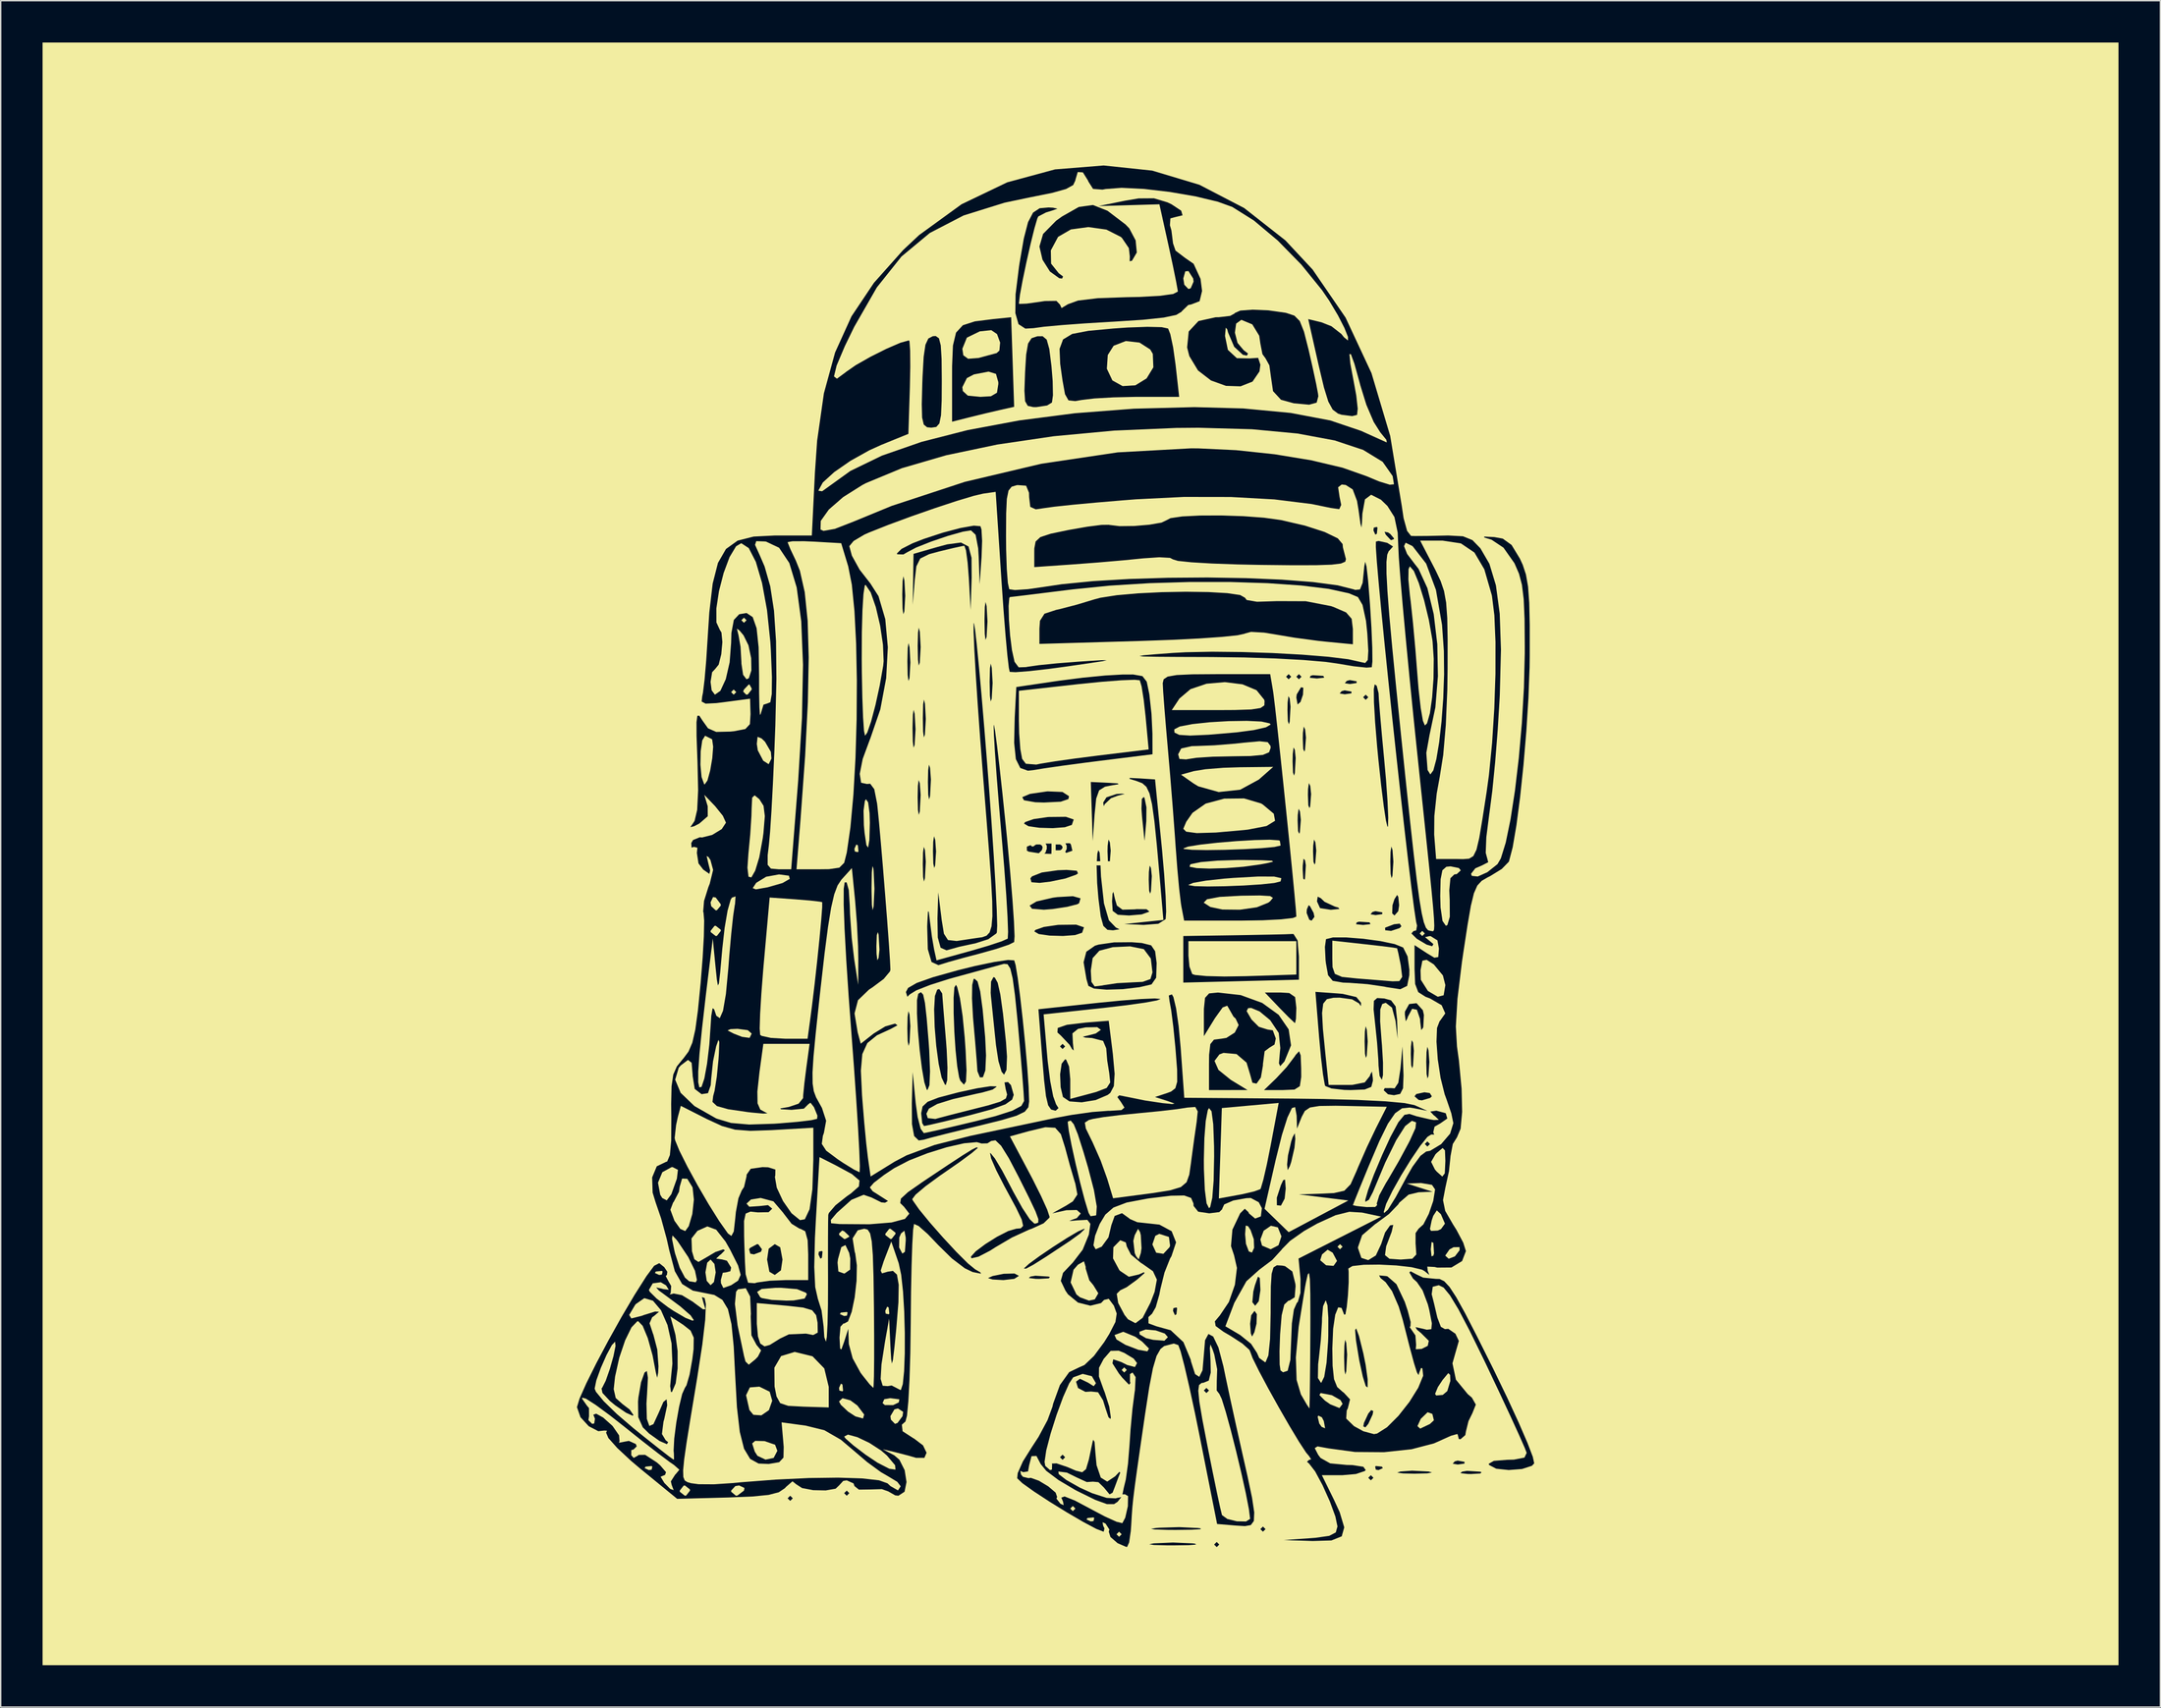
<source format=kicad_pcb>
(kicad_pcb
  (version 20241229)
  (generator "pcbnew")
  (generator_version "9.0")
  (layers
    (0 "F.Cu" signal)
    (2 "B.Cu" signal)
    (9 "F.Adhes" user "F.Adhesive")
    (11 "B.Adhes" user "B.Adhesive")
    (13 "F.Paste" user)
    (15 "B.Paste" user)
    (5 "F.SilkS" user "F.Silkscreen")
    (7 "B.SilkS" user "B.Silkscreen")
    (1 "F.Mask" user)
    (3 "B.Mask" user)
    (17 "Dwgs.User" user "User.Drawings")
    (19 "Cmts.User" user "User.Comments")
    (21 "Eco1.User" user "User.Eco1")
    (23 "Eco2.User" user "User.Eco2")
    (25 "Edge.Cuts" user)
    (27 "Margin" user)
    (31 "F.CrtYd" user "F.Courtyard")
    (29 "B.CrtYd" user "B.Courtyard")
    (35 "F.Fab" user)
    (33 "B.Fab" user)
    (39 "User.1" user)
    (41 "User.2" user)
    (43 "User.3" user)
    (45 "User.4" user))
  (footprint "R2BW147"
    (layer "F.Cu")
    (at 74.359 58.162)
    (property "Reference" "R2BW147" (at 0 0 0) (layer "F.SilkS") (effects (font (size 1.5 1.5) (thickness 0.3))))
    (attr board_only exclude_from_pos_files exclude_from_bom)
    (fp_poly (pts (xy -24.664 -11.596) (xy -24.848 -11.412) (xy -25.032 -11.596) (xy -24.848 -11.78)) (stroke (width 0) (type solid)) (fill yes) (layer "F.SilkS"))
    (fp_poly (pts (xy -23.928 -16.749) (xy -24.112 -16.565) (xy -24.296 -16.749) (xy -24.112 -16.933)) (stroke (width 0) (type solid)) (fill yes) (layer "F.SilkS"))
    (fp_poly (pts (xy -0.368 46.935) (xy -0.552 47.119) (xy -0.736 46.935) (xy -0.552 46.751)) (stroke (width 0) (type solid)) (fill yes) (layer "F.SilkS"))
    (fp_poly (pts (xy 2.945 48.775) (xy 2.761 48.959) (xy 2.577 48.775) (xy 2.761 48.591)) (stroke (width 0) (type solid)) (fill yes) (layer "F.SilkS"))
    (fp_poly (pts (xy 3.313 36.996) (xy 3.129 37.18) (xy 2.945 36.996) (xy 3.129 36.812)) (stroke (width 0) (type solid)) (fill yes) (layer "F.SilkS"))
    (fp_poly (pts (xy 18.774 28.161) (xy 18.59 28.345) (xy 18.406 28.161) (xy 18.59 27.977)) (stroke (width 0) (type solid)) (fill yes) (layer "F.SilkS"))
    (fp_poly (pts (xy 24.664 5.706) (xy 24.48 5.89) (xy 24.296 5.706) (xy 24.48 5.522)) (stroke (width 0) (type solid)) (fill yes) (layer "F.SilkS"))
    (fp_poly (pts (xy -30.676 43.929) (xy -30.727 44.147) (xy -30.922 44.174) (xy -31.225 44.039) (xy -31.167 43.929) (xy -30.73 43.884)) (stroke (width 0) (type solid)) (fill yes) (layer "F.SilkS"))
    (fp_poly (pts (xy -29.94 29.94) (xy -29.991 30.159) (xy -30.186 30.186) (xy -30.489 30.051) (xy -30.431 29.94) (xy -29.994 29.896)) (stroke (width 0) (type solid)) (fill yes) (layer "F.SilkS"))
    (fp_poly (pts (xy -17.056 38.039) (xy -17.012 38.476) (xy -17.056 38.529) (xy -17.275 38.479) (xy -17.301 38.284) (xy -17.167 37.981)) (stroke (width 0) (type solid)) (fill yes) (layer "F.SilkS"))
    (fp_poly (pts (xy -16.688 32.885) (xy -16.738 33.104) (xy -16.933 33.13) (xy -17.236 32.996) (xy -17.179 32.885) (xy -16.742 32.841)) (stroke (width 0) (type solid)) (fill yes) (layer "F.SilkS"))
    (fp_poly (pts (xy -15.952 -0.614) (xy -15.908 -0.177) (xy -15.952 -0.123) (xy -16.171 -0.173) (xy -16.197 -0.368) (xy -16.062 -0.671)) (stroke (width 0) (type solid)) (fill yes) (layer "F.SilkS"))
    (fp_poly (pts (xy -13.743 32.517) (xy -13.699 32.954) (xy -13.743 33.008) (xy -13.962 32.957) (xy -13.988 32.762) (xy -13.854 32.459)) (stroke (width 0) (type solid)) (fill yes) (layer "F.SilkS"))
    (fp_poly (pts (xy 0.982 47.61) (xy 0.931 47.829) (xy 0.736 47.855) (xy 0.433 47.72) (xy 0.491 47.61) (xy 0.928 47.566)) (stroke (width 0) (type solid)) (fill yes) (layer "F.SilkS"))
    (fp_poly (pts (xy 25.276 27.885) (xy 25.324 28.638) (xy 25.276 28.805) (xy 25.141 28.851) (xy 25.09 28.345) (xy 25.148 27.822)) (stroke (width 0) (type solid)) (fill yes) (layer "F.SilkS"))
    (fp_poly (pts (xy -12.979 39.102) (xy -13.02 39.322) (xy -13.424 39.517) (xy -14.017 39.513) (xy -14.182 39.372) (xy -14.061 39.095) (xy -13.642 39.02)) (stroke (width 0) (type solid)) (fill yes) (layer "F.SilkS"))
    (fp_poly (pts (xy 17.29 40.393) (xy 17.428 40.661) (xy 17.523 41.18) (xy 17.275 41.079) (xy 17.102 40.836) (xy 16.989 40.355) (xy 17.035 40.268)) (stroke (width 0) (type solid)) (fill yes) (layer "F.SilkS"))
    (fp_poly (pts (xy 18.064 28.592) (xy 18.375 29.182) (xy 18.124 29.536) (xy 17.591 29.492) (xy 17.17 29.133) (xy 17.3 28.716) (xy 17.701 28.375)) (stroke (width 0) (type solid)) (fill yes) (layer "F.SilkS"))
    (fp_poly (pts (xy 25.204 40.149) (xy 25.315 40.605) (xy 25.029 40.871) (xy 24.331 41.202) (xy 24.136 41.023) (xy 24.375 40.502) (xy 24.865 40.027)) (stroke (width 0) (type solid)) (fill yes) (layer "F.SilkS"))
    (fp_poly (pts (xy -27.988 45.558) (xy -27.977 45.646) (xy -28.257 46.004) (xy -28.345 46.014) (xy -28.702 45.734) (xy -28.713 45.646) (xy -28.433 45.289) (xy -28.345 45.278)) (stroke (width 0) (type solid)) (fill yes) (layer "F.SilkS"))
    (fp_poly (pts (xy -26.228 29.396) (xy -26.136 30.001) (xy -26.262 30.693) (xy -26.504 30.922) (xy -26.781 30.607) (xy -26.872 30.001) (xy -26.746 29.31) (xy -26.504 29.081)) (stroke (width 0) (type solid)) (fill yes) (layer "F.SilkS"))
    (fp_poly (pts (xy -26.136 3.129) (xy -25.782 3.6) (xy -25.768 3.703) (xy -26.049 4.039) (xy -26.136 4.049) (xy -26.459 3.75) (xy -26.504 3.475) (xy -26.326 3.094)) (stroke (width 0) (type solid)) (fill yes) (layer "F.SilkS"))
    (fp_poly (pts (xy -25.779 5.434) (xy -25.768 5.522) (xy -26.048 5.879) (xy -26.136 5.89) (xy -26.494 5.61) (xy -26.504 5.522) (xy -26.224 5.164) (xy -26.136 5.154)) (stroke (width 0) (type solid)) (fill yes) (layer "F.SilkS"))
    (fp_poly (pts (xy -24.077 45.457) (xy -24.112 45.646) (xy -24.582 46) (xy -24.685 46.014) (xy -25.022 45.734) (xy -25.032 45.646) (xy -24.732 45.323) (xy -24.458 45.278)) (stroke (width 0) (type solid)) (fill yes) (layer "F.SilkS"))
    (fp_poly (pts (xy -23.838 12.638) (xy -23.559 12.884) (xy -23.708 13.19) (xy -24.25 13.118) (xy -24.848 12.884) (xy -25.284 12.658) (xy -25.081 12.565) (xy -24.572 12.542)) (stroke (width 0) (type solid)) (fill yes) (layer "F.SilkS"))
    (fp_poly (pts (xy -23.564 -11.863) (xy -23.559 -11.78) (xy -23.842 -11.426) (xy -23.949 -11.412) (xy -24.169 -11.637) (xy -24.112 -11.78) (xy -23.781 -12.131) (xy -23.722 -12.148)) (stroke (width 0) (type solid)) (fill yes) (layer "F.SilkS"))
    (fp_poly (pts (xy -16.933 27.057) (xy -16.582 27.387) (xy -16.565 27.446) (xy -16.85 27.604) (xy -16.933 27.609) (xy -17.287 27.326) (xy -17.301 27.219) (xy -17.076 26.999)) (stroke (width 0) (type solid)) (fill yes) (layer "F.SilkS"))
    (fp_poly (pts (xy -14.465 5.798) (xy -14.404 6.871) (xy -14.465 7.454) (xy -14.556 7.629) (xy -14.614 7.166) (xy -14.624 6.626) (xy -14.596 5.83) (xy -14.522 5.611)) (stroke (width 0) (type solid)) (fill yes) (layer "F.SilkS"))
    (fp_poly (pts (xy -13.263 27.153) (xy -13.252 27.241) (xy -13.532 27.598) (xy -13.62 27.609) (xy -13.978 27.329) (xy -13.988 27.241) (xy -13.708 26.883) (xy -13.62 26.872)) (stroke (width 0) (type solid)) (fill yes) (layer "F.SilkS"))
    (fp_poly (pts (xy -12.708 40) (xy -12.751 40.309) (xy -13.112 40.796) (xy -13.292 40.861) (xy -13.583 40.562) (xy -13.62 40.309) (xy -13.332 39.821) (xy -13.08 39.757)) (stroke (width 0) (type solid)) (fill yes) (layer "F.SilkS"))
    (fp_poly (pts (xy -12.526 27.494) (xy -12.522 27.701) (xy -12.582 28.525) (xy -12.764 28.655) (xy -12.995 28.22) (xy -12.984 27.497) (xy -12.856 27.207) (xy -12.618 27.016)) (stroke (width 0) (type solid)) (fill yes) (layer "F.SilkS"))
    (fp_poly (pts (xy 8.069 -41.249) (xy 8.099 -41.023) (xy 7.893 -40.547) (xy 7.73 -40.493) (xy 7.434 -40.802) (xy 7.362 -41.251) (xy 7.504 -41.76) (xy 7.73 -41.781)) (stroke (width 0) (type solid)) (fill yes) (layer "F.SilkS"))
    (fp_poly (pts (xy 14.136 26.775) (xy 14.393 27.418) (xy 14.183 28.056) (xy 13.62 28.345) (xy 13.001 28.081) (xy 12.884 27.648) (xy 13.121 27.015) (xy 13.638 26.66)) (stroke (width 0) (type solid)) (fill yes) (layer "F.SilkS"))
    (fp_poly (pts (xy 18.003 38.806) (xy 18.623 39.158) (xy 18.774 39.428) (xy 18.548 39.728) (xy 17.889 39.46) (xy 17.507 39.193) (xy 17.113 38.794) (xy 17.201 38.652)) (stroke (width 0) (type solid)) (fill yes) (layer "F.SilkS"))
    (fp_poly (pts (xy 27.156 28.414) (xy 26.819 28.855) (xy 26.375 29.025) (xy 26.137 28.81) (xy 26.136 28.783) (xy 26.431 28.358) (xy 26.719 28.2) (xy 27.151 28.19)) (stroke (width 0) (type solid)) (fill yes) (layer "F.SilkS"))
    (fp_poly (pts (xy -22.853 -8.277) (xy -22.604 -8.037) (xy -22.183 -7.313) (xy -22.144 -6.832) (xy -22.341 -6.429) (xy -22.731 -6.678) (xy -23.122 -7.423) (xy -23.191 -7.883) (xy -23.137 -8.389)) (stroke (width 0) (type solid)) (fill yes) (layer "F.SilkS"))
    (fp_poly (pts (xy -22.639 42.096) (xy -21.882 42.358) (xy -21.719 42.793) (xy -21.984 43.301) (xy -22.565 43.425) (xy -23.143 43.153) (xy -23.336 42.855) (xy -23.523 42.266) (xy -23.309 42.08)) (stroke (width 0) (type solid)) (fill yes) (layer "F.SilkS"))
    (fp_poly (pts (xy -22.27 38.557) (xy -22.087 39.204) (xy -22.326 39.88) (xy -22.866 40.252) (xy -23.439 40.212) (xy -23.72 39.87) (xy -23.961 38.808) (xy -23.69 38.248) (xy -23.007 38.194)) (stroke (width 0) (type solid)) (fill yes) (layer "F.SilkS"))
    (fp_poly (pts (xy -16.492 39.175) (xy -15.987 39.546) (xy -15.5 40.193) (xy -15.582 40.476) (xy -16.127 40.326) (xy -16.657 39.98) (xy -17.172 39.495) (xy -17.301 39.256) (xy -17.054 39.022)) (stroke (width 0) (type solid)) (fill yes) (layer "F.SilkS"))
    (fp_poly (pts (xy 5.388 34.162) (xy 6.036 34.387) (xy 6.258 34.646) (xy 6.006 34.903) (xy 5.199 34.837) (xy 4.689 34.716) (xy 4.231 34.447) (xy 4.22 34.256) (xy 4.664 34.096)) (stroke (width 0) (type solid)) (fill yes) (layer "F.SilkS"))
    (fp_poly (pts (xy 6.332 27.462) (xy 6.415 28.084) (xy 6.377 28.197) (xy 5.935 28.671) (xy 5.419 28.591) (xy 5.154 28.017) (xy 5.154 27.977) (xy 5.358 27.38) (xy 5.644 27.241)) (stroke (width 0) (type solid)) (fill yes) (layer "F.SilkS"))
    (fp_poly (pts (xy 12.004 26.691) (xy 12.184 26.976) (xy 12.411 27.622) (xy 12.436 28.242) (xy 12.28 28.582) (xy 12.056 28.501) (xy 11.85 27.952) (xy 11.791 27.271) (xy 11.835 26.647)) (stroke (width 0) (type solid)) (fill yes) (layer "F.SilkS"))
    (fp_poly (pts (xy 25.814 25.829) (xy 26.107 26.508) (xy 25.823 26.898) (xy 25.584 27.006) (xy 25.109 27.028) (xy 25.032 26.891) (xy 25.153 26.291) (xy 25.267 25.951) (xy 25.523 25.559)) (stroke (width 0) (type solid)) (fill yes) (layer "F.SilkS"))
    (fp_poly (pts (xy 26.476 37.349) (xy 26.493 37.785) (xy 26.275 38.509) (xy 25.952 38.785) (xy 25.477 38.827) (xy 25.4 38.711) (xy 25.601 38.224) (xy 25.94 37.71) (xy 26.345 37.222)) (stroke (width 0) (type solid)) (fill yes) (layer "F.SilkS"))
    (fp_poly (pts (xy -28.843 22.651) (xy -28.917 23.283) (xy -29.313 24.396) (xy -29.643 24.84) (xy -29.965 24.672) (xy -30.11 24.437) (xy -30.271 23.574) (xy -29.959 22.819) (xy -29.301 22.459) (xy -29.222 22.455)) (stroke (width 0) (type solid)) (fill yes) (layer "F.SilkS"))
    (fp_poly (pts (xy -16.573 28.609) (xy -16.497 29.008) (xy -16.508 29.803) (xy -16.904 30.081) (xy -16.94 30.085) (xy -17.348 29.939) (xy -17.407 29.304) (xy -17.376 29.053) (xy -17.139 28.193) (xy -16.842 28.044)) (stroke (width 0) (type solid)) (fill yes) (layer "F.SilkS"))
    (fp_poly (pts (xy 3.93 34.621) (xy 4.417 34.971) (xy 4.905 35.465) (xy 4.788 35.663) (xy 4.139 35.551) (xy 3.212 35.195) (xy 2.577 34.811) (xy 2.436 34.5) (xy 2.445 34.489) (xy 3.059 34.26)) (stroke (width 0) (type solid)) (fill yes) (layer "F.SilkS"))
    (fp_poly (pts (xy 4.263 27.113) (xy 4.317 27.333) (xy 4.369 28.272) (xy 4.317 28.621) (xy 4.168 29.072) (xy 3.981 28.84) (xy 3.883 28.621) (xy 3.781 27.741) (xy 3.883 27.333) (xy 4.121 26.881)) (stroke (width 0) (type solid)) (fill yes) (layer "F.SilkS"))
    (fp_poly (pts (xy 25.308 7.924) (xy 25.96 8.715) (xy 26.136 9.408) (xy 26.014 10.137) (xy 25.59 10.241) (xy 24.887 9.829) (xy 24.38 9.028) (xy 24.356 8.346) (xy 24.491 7.656) (xy 24.796 7.596)) (stroke (width 0) (type solid)) (fill yes) (layer "F.SilkS"))
    (fp_poly (pts (xy 26.107 21.259) (xy 26.136 22.008) (xy 26.096 22.902) (xy 25.918 23.134) (xy 25.514 22.774) (xy 25.385 22.621) (xy 25.115 22.079) (xy 25.424 21.54) (xy 25.524 21.437) (xy 25.941 21.084)) (stroke (width 0) (type solid)) (fill yes) (layer "F.SilkS"))
    (fp_poly (pts (xy -20.892 1.564) (xy -20.83 1.792) (xy -21.35 2.09) (xy -22.393 2.39) (xy -22.448 2.402) (xy -23.262 2.545) (xy -23.485 2.455) (xy -23.237 2.08) (xy -23.231 2.073) (xy -22.521 1.639) (xy -21.6 1.472)) (stroke (width 0) (type solid)) (fill yes) (layer "F.SilkS"))
    (fp_poly (pts (xy -15.216 -3.692) (xy -15.114 -2.921) (xy -15.093 -2.23) (xy -15.128 -0.988) (xy -15.218 -0.45) (xy -15.341 -0.626) (xy -15.473 -1.525) (xy -15.521 -2.057) (xy -15.545 -3.097) (xy -15.452 -3.789) (xy -15.374 -3.919)) (stroke (width 0) (type solid)) (fill yes) (layer "F.SilkS"))
    (fp_poly (pts (xy -14.842 1.05) (xy -14.824 1.205) (xy -14.765 2.505) (xy -14.822 3.739) (xy -14.827 3.781) (xy -14.897 4.035) (xy -14.948 3.639) (xy -14.971 2.681) (xy -14.972 2.393) (xy -14.954 1.348) (xy -14.907 0.876)) (stroke (width 0) (type solid)) (fill yes) (layer "F.SilkS"))
    (fp_poly (pts (xy -5.982 -37.263) (xy -5.76 -36.655) (xy -5.812 -36.079) (xy -6.01 -35.9) (xy -7.306 -35.55) (xy -8.056 -35.492) (xy -8.397 -35.742) (xy -8.467 -36.209) (xy -8.143 -37.007) (xy -7.216 -37.458) (xy -6.393 -37.543)) (stroke (width 0) (type solid)) (fill yes) (layer "F.SilkS"))
    (fp_poly (pts (xy 12.772 -5.326) (xy 11.437 -4.599) (xy 9.898 -4.432) (xy 8.435 -4.842) (xy 8.099 -5.047) (xy 7.199 -5.678) (xy 8.109 -5.931) (xy 8.956 -6.069) (xy 10.235 -6.171) (xy 11.412 -6.21) (xy 13.804 -6.235)) (stroke (width 0) (type solid)) (fill yes) (layer "F.SilkS"))
    (fp_poly (pts (xy -6.057 -34.409) (xy -5.892 -33.82) (xy -5.89 -33.683) (xy -5.986 -33.06) (xy -6.419 -32.805) (xy -7.178 -32.762) (xy -8.074 -32.85) (xy -8.432 -33.179) (xy -8.467 -33.456) (xy -8.142 -34.108) (xy -7.638 -34.371) (xy -6.589 -34.572)) (stroke (width 0) (type solid)) (fill yes) (layer "F.SilkS"))
    (fp_poly (pts (xy 4.224 -36.653) (xy 4.993 -36.158) (xy 5.178 -35.842) (xy 5.217 -34.879) (xy 4.732 -34.084) (xy 3.93 -33.591) (xy 3.014 -33.533) (xy 2.282 -33.94) (xy 1.886 -34.778) (xy 1.952 -35.762) (xy 2.37 -36.425) (xy 3.242 -36.764)) (stroke (width 0) (type solid)) (fill yes) (layer "F.SilkS"))
    (fp_poly (pts (xy 15.46 7.454) (xy 15.46 8.651) (xy 11.866 8.768) (xy 10.303 8.792) (xy 9.024 8.761) (xy 8.203 8.682) (xy 8.001 8.614) (xy 7.802 8.079) (xy 7.73 7.301) (xy 7.73 6.258) (xy 11.596 6.258) (xy 15.461 6.258)) (stroke (width 0) (type solid)) (fill yes) (layer "F.SilkS"))
    (fp_poly (pts (xy -28.95 27.657) (xy -28.846 27.793) (xy -28.101 28.908) (xy -27.62 29.885) (xy -27.481 30.549) (xy -27.568 30.713) (xy -28.037 30.64) (xy -28.34 30.376) (xy -28.713 29.67) (xy -29.051 28.633) (xy -29.095 28.447) (xy -29.268 27.591) (xy -29.231 27.358)) (stroke (width 0) (type solid)) (fill yes) (layer "F.SilkS"))
    (fp_poly (pts (xy -20.313 31.202) (xy -19.67 31.464) (xy -19.603 31.566) (xy -19.764 31.876) (xy -20.558 32.014) (xy -21.075 32.026) (xy -22.117 31.975) (xy -22.822 31.846) (xy -22.946 31.781) (xy -23.17 31.402) (xy -22.841 31.19) (xy -21.881 31.11) (xy -21.474 31.106)) (stroke (width 0) (type solid)) (fill yes) (layer "F.SilkS"))
    (fp_poly (pts (xy -15.994 41.813) (xy -15.131 42.225) (xy -14.284 42.774) (xy -13.869 43.132) (xy -13.286 43.826) (xy -13.256 44.14) (xy -13.702 44.078) (xy -14.547 43.643) (xy -15.406 43.067) (xy -16.273 42.405) (xy -16.827 41.918) (xy -16.933 41.772) (xy -16.664 41.631)) (stroke (width 0) (type solid)) (fill yes) (layer "F.SilkS"))
    (fp_poly (pts (xy 0.366 29.599) (xy 0.368 29.727) (xy 0.628 30.568) (xy 0.916 30.918) (xy 1.273 31.499) (xy 1.021 31.936) (xy 0.604 32.026) (xy -0.04 31.787) (xy -0.294 31.584) (xy -0.709 30.723) (xy -0.501 29.811) (xy -0.184 29.449) (xy 0.245 29.208)) (stroke (width 0) (type solid)) (fill yes) (layer "F.SilkS"))
    (fp_poly (pts (xy 13.579 3.024) (xy 13.786 3.152) (xy 13.585 3.394) (xy 13.458 3.495) (xy 12.629 3.83) (xy 11.417 4.003) (xy 10.163 3.99) (xy 9.295 3.805) (xy 8.825 3.498) (xy 9.06 3.254) (xy 9.97 3.084) (xy 11.504 2.999) (xy 12.854 2.982)) (stroke (width 0) (type solid)) (fill yes) (layer "F.SilkS"))
    (fp_poly (pts (xy 13.628 20.864) (xy 13.347 22.265) (xy 13.095 23.361) (xy 12.916 23.972) (xy 12.88 24.036) (xy 12.433 24.2) (xy 11.552 24.404) (xy 11.305 24.45) (xy 9.91 24.703) (xy 10.017 21.462) (xy 10.123 18.222) (xy 12.16 18.038) (xy 14.196 17.854)) (stroke (width 0) (type solid)) (fill yes) (layer "F.SilkS"))
    (fp_poly (pts (xy -26.41 -8.223) (xy -26.389 -8.191) (xy -26.318 -7.683) (xy -26.381 -6.859) (xy -26.533 -5.967) (xy -26.73 -5.257) (xy -26.927 -4.978) (xy -26.964 -4.998) (xy -27.15 -5.512) (xy -27.231 -6.389) (xy -27.212 -7.355) (xy -27.099 -8.138) (xy -26.897 -8.467) (xy -26.894 -8.467)) (stroke (width 0) (type solid)) (fill yes) (layer "F.SilkS"))
    (fp_poly (pts (xy -24.43 -16.012) (xy -24.142 -15.667) (xy -23.789 -14.951) (xy -23.596 -14.028) (xy -23.58 -13.156) (xy -23.76 -12.597) (xy -23.928 -12.516) (xy -24.173 -12.839) (xy -24.293 -13.631) (xy -24.296 -13.774) (xy -24.358 -14.852) (xy -24.507 -15.697) (xy -24.51 -15.707) (xy -24.619 -16.143)) (stroke (width 0) (type solid)) (fill yes) (layer "F.SilkS"))
    (fp_poly (pts (xy -19.199 36.019) (xy -18.357 36.888) (xy -18.038 38.209) (xy -18.038 38.269) (xy -18.038 39.684) (xy -19.861 39.628) (xy -20.949 39.569) (xy -21.516 39.376) (xy -21.779 38.897) (xy -21.92 38.179) (xy -21.934 36.835) (xy -21.45 36) (xy -20.488 35.707) (xy -20.467 35.707)) (stroke (width 0) (type solid)) (fill yes) (layer "F.SilkS"))
    (fp_poly (pts (xy 11.603 -12.153) (xy 12.61 -11.732) (xy 13.157 -11.053) (xy 13.183 -10.949) (xy 13.168 -10.646) (xy 12.896 -10.456) (xy 12.235 -10.353) (xy 11.055 -10.313) (xy 9.921 -10.307) (xy 6.536 -10.307) (xy 7.086 -11.136) (xy 7.877 -11.808) (xy 9.031 -12.198) (xy 10.341 -12.311)) (stroke (width 0) (type solid)) (fill yes) (layer "F.SilkS"))
    (fp_poly (pts (xy -28.173 23.294) (xy -27.805 23.89) (xy -27.79 23.936) (xy -27.7 24.788) (xy -27.811 25.815) (xy -28.064 26.685) (xy -28.318 27.04) (xy -28.672 26.886) (xy -29.092 26.3) (xy -29.384 25.513) (xy -29.186 24.991) (xy -29.147 24.951) (xy -28.765 24.22) (xy -28.713 23.854) (xy -28.544 23.276)) (stroke (width 0) (type solid)) (fill yes) (layer "F.SilkS"))
    (fp_poly (pts (xy -23.668 31.732) (xy -23.615 32.97) (xy -23.628 33.172) (xy -23.577 34.514) (xy -23.212 35.202) (xy -22.884 35.596) (xy -23.113 36.042) (xy -23.293 36.23) (xy -23.769 36.621) (xy -24.001 36.391) (xy -24.106 35.999) (xy -24.568 33.803) (xy -24.759 32.263) (xy -24.677 31.392) (xy -24.544 31.216) (xy -23.982 31.138)) (stroke (width 0) (type solid)) (fill yes) (layer "F.SilkS"))
    (fp_poly (pts (xy -23.009 -3.919) (xy -22.709 -3.445) (xy -22.617 -2.707) (xy -22.715 -1.503) (xy -22.766 -1.117) (xy -23.016 0.249) (xy -23.306 1.203) (xy -23.581 1.686) (xy -23.785 1.638) (xy -23.862 0.998) (xy -23.794 0) (xy -23.661 -1.404) (xy -23.577 -2.717) (xy -23.563 -3.247) (xy -23.523 -4.033) (xy -23.346 -4.196)) (stroke (width 0) (type solid)) (fill yes) (layer "F.SilkS"))
    (fp_poly (pts (xy 4.533 6.83) (xy 5.036 7.504) (xy 5.154 8.497) (xy 5.008 8.974) (xy 4.444 9.177) (xy 3.773 9.208) (xy 2.61 9.271) (xy 1.63 9.418) (xy 1.564 9.435) (xy 1.01 9.502) (xy 0.78 9.175) (xy 0.736 8.368) (xy 0.867 7.474) (xy 1.349 6.942) (xy 2.314 6.688) (xy 3.55 6.631)) (stroke (width 0) (type solid)) (fill yes) (layer "F.SilkS"))
    (fp_poly (pts (xy 9.385 18.452) (xy 9.507 19.376) (xy 9.566 20.951) (xy 9.571 21.697) (xy 9.536 23.414) (xy 9.439 24.657) (xy 9.289 25.319) (xy 9.203 25.4) (xy 9.029 25.051) (xy 8.904 24.081) (xy 8.84 22.604) (xy 8.835 21.925) (xy 8.872 20.387) (xy 8.97 19.147) (xy 9.114 18.379) (xy 9.203 18.222)) (stroke (width 0) (type solid)) (fill yes) (layer "F.SilkS"))
    (fp_poly (pts (xy 11.596 0.44) (xy 12.99 0.457) (xy 13.705 0.491) (xy 13.8 0.559) (xy 13.332 0.673) (xy 12.884 0.755) (xy 11.676 0.922) (xy 10.41 1.022) (xy 9.242 1.056) (xy 8.324 1.023) (xy 7.812 0.925) (xy 7.858 0.763) (xy 7.914 0.736) (xy 8.623 0.588) (xy 9.831 0.483) (xy 11.3 0.44)) (stroke (width 0) (type solid)) (fill yes) (layer "F.SilkS"))
    (fp_poly (pts (xy 12.93 -3.615) (xy 13.061 -3.536) (xy 13.845 -2.878) (xy 13.936 -2.371) (xy 13.324 -1.996) (xy 11.996 -1.739) (xy 11.726 -1.709) (xy 9.692 -1.529) (xy 8.325 -1.489) (xy 7.568 -1.591) (xy 7.362 -1.8) (xy 7.574 -2.301) (xy 8.021 -2.941) (xy 8.965 -3.603) (xy 10.295 -3.96) (xy 11.716 -3.975)) (stroke (width 0) (type solid)) (fill yes) (layer "F.SilkS"))
    (fp_poly (pts (xy 12.966 -9.485) (xy 13.554 -9.354) (xy 13.62 -9.27) (xy 13.284 -9.074) (xy 12.403 -8.873) (xy 11.165 -8.709) (xy 11.136 -8.707) (xy 9.177 -8.54) (xy 7.853 -8.48) (xy 7.069 -8.531) (xy 6.729 -8.698) (xy 6.717 -8.927) (xy 7.112 -9.132) (xy 8.025 -9.305) (xy 9.26 -9.437) (xy 10.624 -9.517) (xy 11.924 -9.536)) (stroke (width 0) (type solid)) (fill yes) (layer "F.SilkS"))
    (fp_poly (pts (xy 13.873 1.628) (xy 14.385 1.742) (xy 14.332 1.971) (xy 14.326 1.976) (xy 13.88 2.087) (xy 12.936 2.187) (xy 11.695 2.267) (xy 10.354 2.319) (xy 9.116 2.337) (xy 8.178 2.314) (xy 7.741 2.24) (xy 7.73 2.223) (xy 8.07 2.077) (xy 8.979 1.919) (xy 10.289 1.775) (xy 10.933 1.724) (xy 12.74 1.623)) (stroke (width 0) (type solid)) (fill yes) (layer "F.SilkS"))
    (fp_poly (pts (xy 17.692 32.363) (xy 17.752 33.262) (xy 17.748 34.549) (xy 17.734 34.97) (xy 17.627 36.464) (xy 17.458 37.486) (xy 17.249 37.911) (xy 17.223 37.916) (xy 17.006 37.575) (xy 17.022 36.586) (xy 17.067 36.208) (xy 17.215 34.853) (xy 17.296 33.567) (xy 17.301 33.263) (xy 17.374 32.432) (xy 17.55 32.032) (xy 17.578 32.025)) (stroke (width 0) (type solid)) (fill yes) (layer "F.SilkS"))
    (fp_poly (pts (xy 27.103 1.015) (xy 27.241 1.183) (xy 26.948 1.452) (xy 26.78 1.472) (xy 26.498 1.745) (xy 26.417 2.614) (xy 26.448 3.313) (xy 26.455 4.512) (xy 26.281 5.104) (xy 26.172 5.154) (xy 25.932 4.808) (xy 25.793 3.852) (xy 25.768 3.024) (xy 25.797 1.817) (xy 25.923 1.175) (xy 26.205 0.926) (xy 26.504 0.894)) (stroke (width 0) (type solid)) (fill yes) (layer "F.SilkS"))
    (fp_poly (pts (xy -21.075 32.39) (xy -19.877 32.523) (xy -19.229 32.716) (xy -18.942 33.071) (xy -18.84 33.604) (xy -18.826 34.319) (xy -19.152 34.493) (xy -19.671 34.392) (xy -20.894 34.444) (xy -21.525 34.746) (xy -22.259 35.202) (xy -22.638 35.307) (xy -22.918 35.121) (xy -22.946 35.094) (xy -23.109 34.593) (xy -23.19 33.684) (xy -23.191 33.525) (xy -23.191 32.201)) (stroke (width 0) (type solid)) (fill yes) (layer "F.SilkS"))
    (fp_poly (pts (xy -0.483 19.387) (xy -0.195 20.098) (xy 0.205 21.353) (xy 0.54 22.489) (xy 0.961 24.107) (xy 1.162 25.277) (xy 1.124 25.886) (xy 1.1 25.92) (xy 0.718 25.974) (xy 0.579 25.738) (xy 0.302 24.823) (xy -0.023 23.584) (xy -0.35 22.215) (xy -0.638 20.908) (xy -0.841 19.857) (xy -0.916 19.256) (xy -0.903 19.186) (xy -0.704 19.118)) (stroke (width 0) (type solid)) (fill yes) (layer "F.SilkS"))
    (fp_poly (pts (xy 14.195 -0.972) (xy 14.279 -0.937) (xy 14.333 -0.602) (xy 14.326 -0.595) (xy 13.893 -0.495) (xy 12.95 -0.407) (xy 11.694 -0.336) (xy 10.317 -0.289) (xy 9.015 -0.272) (xy 7.984 -0.291) (xy 7.416 -0.35) (xy 7.362 -0.386) (xy 7.698 -0.519) (xy 8.573 -0.661) (xy 9.792 -0.798) (xy 11.16 -0.913) (xy 12.48 -0.99) (xy 13.557 -1.015)) (stroke (width 0) (type solid)) (fill yes) (layer "F.SilkS"))
    (fp_poly (pts (xy 20.338 6.473) (xy 21.535 6.609) (xy 22.382 6.716) (xy 22.678 6.767) (xy 22.766 7.116) (xy 22.927 7.91) (xy 22.945 8.007) (xy 23.044 8.818) (xy 22.839 9.123) (xy 22.354 9.137) (xy 21.489 9.067) (xy 20.28 8.971) (xy 19.786 8.932) (xy 18.733 8.822) (xy 18.22 8.604) (xy 18.053 8.12) (xy 18.038 7.508) (xy 18.038 6.221)) (stroke (width 0) (type solid)) (fill yes) (layer "F.SilkS"))
    (fp_poly (pts (xy -29.693 30.934) (xy -29.496 31.248) (xy -29.894 31.2) (xy -30.001 31.168) (xy -30.402 31.083) (xy -30.212 31.299) (xy -29.837 31.574) (xy -28.669 32.443) (xy -27.934 33.084) (xy -27.705 33.426) (xy -27.793 33.464) (xy -28.298 33.264) (xy -29.141 32.771) (xy -29.541 32.506) (xy -30.369 31.878) (xy -30.862 31.389) (xy -30.922 31.262) (xy -30.647 30.787) (xy -30.07 30.71)) (stroke (width 0) (type solid)) (fill yes) (layer "F.SilkS"))
    (fp_poly (pts (xy 16.43 30.489) (xy 16.461 31.526) (xy 16.467 33.217) (xy 16.463 34.327) (xy 16.451 36.231) (xy 16.435 37.844) (xy 16.419 39.036) (xy 16.402 39.68) (xy 16.395 39.757) (xy 16.209 39.475) (xy 15.813 38.793) (xy 15.785 38.744) (xy 15.479 37.708) (xy 15.426 36.106) (xy 15.628 33.9) (xy 16.087 31.049) (xy 16.145 30.738) (xy 16.277 30.15) (xy 16.371 30.048)) (stroke (width 0) (type solid)) (fill yes) (layer "F.SilkS"))
    (fp_poly (pts (xy 4.244 -12.444) (xy 4.374 -12.005) (xy 4.526 -11.046) (xy 4.658 -9.87) (xy 4.88 -7.488) (xy 1.244 -7.047) (xy -0.397 -6.837) (xy -1.829 -6.635) (xy -2.849 -6.469) (xy -3.17 -6.402) (xy -3.919 -6.459) (xy -4.183 -6.811) (xy -4.312 -7.503) (xy -4.397 -8.641) (xy -4.417 -9.557) (xy -4.417 -11.692) (xy -0.183 -12.164) (xy 1.502 -12.334) (xy 2.904 -12.443) (xy 3.87 -12.481)) (stroke (width 0) (type solid)) (fill yes) (layer "F.SilkS"))
    (fp_poly (pts (xy 13.41 -8.007) (xy 13.61 -7.741) (xy 13.62 -7.598) (xy 13.507 -7.283) (xy 13.072 -7.098) (xy 12.172 -7.013) (xy 10.89 -6.994) (xy 9.474 -6.965) (xy 8.301 -6.889) (xy 7.607 -6.781) (xy 7.576 -6.771) (xy 7.084 -6.805) (xy 6.994 -7.139) (xy 7.212 -7.554) (xy 7.959 -7.722) (xy 8.375 -7.734) (xy 9.589 -7.782) (xy 11.061 -7.901) (xy 11.688 -7.969) (xy 12.826 -8.072)) (stroke (width 0) (type solid)) (fill yes) (layer "F.SilkS"))
    (fp_poly (pts (xy -15.031 -18.74) (xy -14.665 -17.686) (xy -14.355 -16.359) (xy -14.152 -14.991) (xy -14.106 -13.813) (xy -14.137 -13.482) (xy -14.387 -12.065) (xy -14.691 -10.673) (xy -15.004 -9.49) (xy -15.277 -8.698) (xy -15.438 -8.469) (xy -15.512 -8.817) (xy -15.578 -9.773) (xy -15.632 -11.211) (xy -15.666 -13.002) (xy -15.675 -13.974) (xy -15.666 -15.874) (xy -15.623 -17.464) (xy -15.551 -18.624) (xy -15.458 -19.232) (xy -15.403 -19.29)) (stroke (width 0) (type solid)) (fill yes) (layer "F.SilkS"))
    (fp_poly (pts (xy -20.43 3.259) (xy -19.361 3.347) (xy -18.657 3.429) (xy -18.506 3.465) (xy -18.508 3.839) (xy -18.58 4.777) (xy -18.705 6.115) (xy -18.867 7.686) (xy -19.049 9.323) (xy -19.234 10.861) (xy -19.342 11.688) (xy -19.555 13.252) (xy -21.167 13.252) (xy -22.186 13.194) (xy -22.848 13.047) (xy -22.952 12.973) (xy -22.986 12.52) (xy -22.954 11.482) (xy -22.865 10.003) (xy -22.726 8.232) (xy -22.698 7.911) (xy -22.271 3.129)) (stroke (width 0) (type solid)) (fill yes) (layer "F.SilkS"))
    (fp_poly (pts (xy 23.878 -20.282) (xy 24.237 -19.408) (xy 24.615 -18.175) (xy 24.955 -16.766) (xy 25.202 -15.363) (xy 25.221 -15.215) (xy 25.304 -13.98) (xy 25.287 -12.585) (xy 25.19 -11.222) (xy 25.03 -10.083) (xy 24.824 -9.36) (xy 24.669 -9.203) (xy 24.527 -9.544) (xy 24.369 -10.465) (xy 24.217 -11.808) (xy 24.132 -12.849) (xy 23.986 -14.701) (xy 23.818 -16.542) (xy 23.655 -18.073) (xy 23.594 -18.555) (xy 23.487 -19.669) (xy 23.5 -20.416) (xy 23.591 -20.614)) (stroke (width 0) (type solid)) (fill yes) (layer "F.SilkS"))
    (fp_poly (pts (xy 23.756 -22.078) (xy 23.803 -22.04) (xy 24.76 -20.808) (xy 25.462 -18.923) (xy 25.897 -16.425) (xy 26.03 -14.541) (xy 26.046 -12.872) (xy 25.985 -11.151) (xy 25.862 -9.488) (xy 25.693 -7.999) (xy 25.492 -6.794) (xy 25.276 -5.988) (xy 25.06 -5.693) (xy 24.861 -6.015) (xy 24.771 -7.235) (xy 24.997 -8.496) (xy 25.421 -10.505) (xy 25.603 -12.741) (xy 25.558 -15.028) (xy 25.302 -17.189) (xy 24.849 -19.05) (xy 24.214 -20.434) (xy 23.935 -20.791) (xy 23.395 -21.504) (xy 23.174 -22.06) (xy 23.289 -22.304)) (stroke (width 0) (type solid)) (fill yes) (layer "F.SilkS"))
    (fp_poly (pts (xy 8.396 18.461) (xy 8.318 19.222) (xy 8.152 20.365) (xy 7.965 21.745) (xy 7.912 22.154) (xy 7.793 22.987) (xy 7.598 23.537) (xy 7.186 23.886) (xy 6.416 24.12) (xy 5.147 24.321) (xy 4.019 24.469) (xy 2.333 24.69) (xy 1.913 23.297) (xy 1.442 21.987) (xy 0.856 20.66) (xy 0.8 20.549) (xy 0.38 19.688) (xy 0.308 19.268) (xy 0.595 19.079) (xy 0.881 19.002) (xy 1.634 18.873) (xy 2.853 18.722) (xy 4.233 18.585) (xy 5.664 18.446) (xy 6.903 18.302) (xy 7.657 18.187) (xy 8.221 18.143)) (stroke (width 0) (type solid)) (fill yes) (layer "F.SilkS"))
    (fp_poly (pts (xy -26.099 26.944) (xy -25.43 27.798) (xy -25.091 28.396) (xy -24.534 29.508) (xy -24.348 30.177) (xy -24.531 30.593) (xy -25.032 30.922) (xy -25.59 31.12) (xy -25.762 30.772) (xy -25.768 30.545) (xy -25.628 30.028) (xy -25.4 30.001) (xy -25.085 29.918) (xy -25.032 29.655) (xy -25.333 29.167) (xy -25.676 29.076) (xy -26.102 29.015) (xy -25.839 28.759) (xy -25.768 28.713) (xy -25.478 28.419) (xy -25.594 28.351) (xy -26.157 28.541) (xy -26.78 28.911) (xy -27.375 29.256) (xy -27.665 29.059) (xy -27.837 28.485) (xy -27.871 27.57) (xy -27.443 27.025) (xy -26.734 26.707)) (stroke (width 0) (type solid)) (fill yes) (layer "F.SilkS"))
    (fp_poly (pts (xy -22.632 -22.398) (xy -22.53 -22.386) (xy -21.594 -21.944) (xy -20.863 -20.85) (xy -20.334 -19.096) (xy -20.008 -16.671) (xy -19.882 -13.566) (xy -19.955 -9.771) (xy -20.226 -5.278) (xy -20.257 -4.878) (xy -20.728 1.104) (xy -21.639 1.104) (xy -22.181 1.056) (xy -22.414 0.784) (xy -22.413 0.096) (xy -22.325 -0.644) (xy -22.24 -1.58) (xy -22.141 -3.095) (xy -22.038 -5.032) (xy -21.939 -7.233) (xy -21.864 -9.203) (xy -21.787 -12.545) (xy -21.815 -15.256) (xy -21.96 -17.436) (xy -22.229 -19.184) (xy -22.633 -20.6) (xy -22.986 -21.42) (xy -23.319 -22.154) (xy -23.231 -22.418)) (stroke (width 0) (type solid)) (fill yes) (layer "F.SilkS"))
    (fp_poly (pts (xy 3.244 27.856) (xy 3.313 28.147) (xy 3.608 28.722) (xy 4.326 29.322) (xy 4.415 29.374) (xy 5.187 29.917) (xy 5.469 30.519) (xy 5.307 31.399) (xy 5.007 32.177) (xy 4.449 33.26) (xy 3.935 33.645) (xy 3.401 33.365) (xy 3.154 33.055) (xy 2.697 32.196) (xy 2.593 31.536) (xy 2.853 31.282) (xy 3.304 31.064) (xy 4.015 30.548) (xy 4.049 30.521) (xy 4.583 30.058) (xy 4.545 29.989) (xy 4.188 30.149) (xy 3.46 30.316) (xy 2.831 29.893) (xy 2.775 29.833) (xy 2.328 29.001) (xy 2.353 28.201) (xy 2.838 27.706) (xy 2.853 27.701)) (stroke (width 0) (type solid)) (fill yes) (layer "F.SilkS"))
    (fp_poly (pts (xy -19.065 -22.382) (xy -17.146 -22.271) (xy -16.644 -20.614) (xy -16.385 -19.304) (xy -16.196 -17.408) (xy -16.076 -15.071) (xy -16.024 -12.44) (xy -16.04 -9.663) (xy -16.122 -6.884) (xy -16.27 -4.251) (xy -16.484 -1.91) (xy -16.746 -0.092) (xy -16.932 0.64) (xy -17.282 0.99) (xy -18.022 1.097) (xy -18.657 1.104) (xy -20.347 1.104) (xy -20.058 -2.485) (xy -19.729 -7.021) (xy -19.535 -10.875) (xy -19.474 -14.088) (xy -19.548 -16.702) (xy -19.758 -18.757) (xy -20.105 -20.296) (xy -20.392 -21.016) (xy -20.782 -21.835) (xy -20.977 -22.317) (xy -20.983 -22.347) (xy -20.651 -22.41) (xy -19.801 -22.414)) (stroke (width 0) (type solid)) (fill yes) (layer "F.SilkS"))
    (fp_poly (pts (xy -13.024 29.353) (xy -12.85 30.168) (xy -12.718 31.369) (xy -12.631 32.808) (xy -12.589 34.338) (xy -12.591 35.814) (xy -12.639 37.088) (xy -12.733 38.013) (xy -12.875 38.442) (xy -12.988 38.392) (xy -13.53 38.11) (xy -13.816 38.155) (xy -14.173 38.129) (xy -14.32 37.64) (xy -14.261 36.605) (xy -14.007 34.971) (xy -13.712 33.314) (xy -13.617 35.339) (xy -13.566 36.212) (xy -13.512 36.535) (xy -13.438 36.261) (xy -13.329 35.341) (xy -13.201 34.051) (xy -13.046 32.148) (xy -13.026 30.881) (xy -13.153 30.16) (xy -13.442 29.894) (xy -13.807 29.952) (xy -14.224 30.071) (xy -14.316 29.877) (xy -14.103 29.212) (xy -13.957 28.829) (xy -13.557 27.793)) (stroke (width 0) (type solid)) (fill yes) (layer "F.SilkS"))
    (fp_poly (pts (xy -17.541 22.326) (xy -16.375 22.958) (xy -15.835 23.419) (xy -15.876 23.839) (xy -16.452 24.345) (xy -16.741 24.545) (xy -17.553 25.189) (xy -18.026 25.741) (xy -18.072 25.873) (xy -18.084 26.401) (xy -18.091 27.501) (xy -18.093 29.009) (xy -18.088 30.646) (xy -18.094 32.332) (xy -18.125 33.71) (xy -18.175 34.638) (xy -18.238 34.971) (xy -18.357 34.651) (xy -18.406 33.884) (xy -18.553 32.734) (xy -18.82 31.888) (xy -19.007 31.059) (xy -19.076 29.622) (xy -19.055 28.713) (xy -18.774 28.713) (xy -18.639 29.016) (xy -18.529 28.958) (xy -18.484 28.522) (xy -18.529 28.468) (xy -18.747 28.518) (xy -18.774 28.713) (xy -19.055 28.713) (xy -19.027 27.531) (xy -18.967 26.359) (xy -18.701 21.738)) (stroke (width 0) (type solid)) (fill yes) (layer "F.SilkS"))
    (fp_poly (pts (xy 12.279 -30.441) (xy 15.538 -30.135) (xy 18.203 -29.639) (xy 20.247 -28.96) (xy 21.642 -28.106) (xy 22.359 -27.086) (xy 22.455 -26.495) (xy 22.155 -26.464) (xy 21.376 -26.705) (xy 20.489 -27.077) (xy 18.772 -27.683) (xy 16.513 -28.217) (xy 13.908 -28.646) (xy 11.149 -28.94) (xy 8.432 -29.069) (xy 7.914 -29.072) (xy 2.666 -28.783) (xy -2.81 -27.966) (xy -8.287 -26.67) (xy -13.534 -24.944) (xy -16.282 -23.812) (xy -17.605 -23.297) (xy -18.415 -23.154) (xy -18.627 -23.252) (xy -18.61 -23.87) (xy -18.033 -24.682) (xy -17.007 -25.576) (xy -15.641 -26.438) (xy -15.358 -26.586) (xy -12.8 -27.648) (xy -9.631 -28.573) (xy -5.965 -29.344) (xy -1.918 -29.94) (xy 2.396 -30.343) (xy 6.86 -30.534) (xy 8.456 -30.547)) (stroke (width 0) (type solid)) (fill yes) (layer "F.SilkS"))
    (fp_poly (pts (xy -15.249 26.938) (xy -15.075 27.206) (xy -14.957 27.782) (xy -14.88 28.77) (xy -14.832 30.276) (xy -14.801 32.406) (xy -14.799 32.578) (xy -14.785 34.534) (xy -14.785 36.2) (xy -14.799 37.453) (xy -14.826 38.166) (xy -14.846 38.284) (xy -15.112 38.02) (xy -15.631 37.367) (xy -15.76 37.195) (xy -16.323 36.165) (xy -16.598 35.14) (xy -16.602 35.078) (xy -16.639 34.051) (xy -16.933 34.971) (xy -17.133 35.53) (xy -17.224 35.46) (xy -17.264 34.708) (xy -17.265 34.673) (xy -17.199 33.896) (xy -16.98 33.659) (xy -16.944 33.676) (xy -16.657 33.519) (xy -16.392 32.824) (xy -16.178 31.79) (xy -16.046 30.615) (xy -16.024 29.498) (xy -16.141 28.637) (xy -16.178 28.529) (xy -16.329 27.566) (xy -15.96 26.984) (xy -15.489 26.872)) (stroke (width 0) (type solid)) (fill yes) (layer "F.SilkS"))
    (fp_poly (pts (xy 27.25 -22.257) (xy 28.219 -21.601) (xy 28.928 -20.399) (xy 29.459 -18.56) (xy 29.477 -18.475) (xy 29.647 -17.105) (xy 29.728 -15.186) (xy 29.725 -12.9) (xy 29.642 -10.428) (xy 29.485 -7.952) (xy 29.259 -5.653) (xy 29.089 -4.417) (xy 28.787 -2.472) (xy 28.563 -1.137) (xy 28.365 -0.299) (xy 28.141 0.157) (xy 27.838 0.344) (xy 27.405 0.377) (xy 26.893 0.368) (xy 25.474 0.368) (xy 25.335 -1.38) (xy 25.346 -2.71) (xy 25.518 -4.335) (xy 25.734 -5.522) (xy 25.983 -7.094) (xy 26.167 -9.228) (xy 26.275 -11.753) (xy 26.296 -13.267) (xy 26.299 -15.379) (xy 26.271 -16.91) (xy 26.191 -18.014) (xy 26.04 -18.847) (xy 25.796 -19.563) (xy 25.439 -20.317) (xy 25.326 -20.537) (xy 24.331 -22.455) (xy 25.943 -22.455)) (stroke (width 0) (type solid)) (fill yes) (layer "F.SilkS"))
    (fp_poly (pts (xy -24.75 3.58) (xy -24.771 3.681) (xy -24.885 4.443) (xy -25.023 5.724) (xy -25.164 7.308) (xy -25.231 8.191) (xy -25.405 10.045) (xy -25.612 11.248) (xy -25.843 11.776) (xy -26.091 11.606) (xy -26.251 11.136) (xy -26.36 11.069) (xy -26.454 11.613) (xy -26.489 12.148) (xy -26.593 13.678) (xy -26.756 15.047) (xy -26.95 16.105) (xy -27.151 16.705) (xy -27.309 16.74) (xy -27.388 16.374) (xy -27.387 15.6) (xy -27.299 14.348) (xy -27.12 12.55) (xy -26.843 10.135) (xy -26.618 8.283) (xy -26.346 6.074) (xy -26.148 8.099) (xy -26.052 9.022) (xy -25.978 9.434) (xy -25.906 9.28) (xy -25.816 8.507) (xy -25.687 7.061) (xy -25.666 6.82) (xy -25.497 5.308) (xy -25.285 4.066) (xy -25.065 3.287) (xy -24.976 3.139) (xy -24.715 3.047)) (stroke (width 0) (type solid)) (fill yes) (layer "F.SilkS"))
    (fp_poly (pts (xy 25.175 23.727) (xy 25.4 24.057) (xy 25.268 24.88) (xy 24.95 25.807) (xy 24.561 26.563) (xy 24.218 26.872) (xy 24.003 27.186) (xy 24.002 27.946) (xy 24.006 27.977) (xy 24.055 28.719) (xy 23.771 29.022) (xy 22.958 29.081) (xy 22.901 29.081) (xy 22.13 29.028) (xy 21.811 28.765) (xy 21.895 28.135) (xy 22.292 27.088) (xy 22.401 26.598) (xy 22.178 26.632) (xy 21.817 27.143) (xy 21.534 27.981) (xy 21.155 28.789) (xy 20.613 29.125) (xy 20.118 28.962) (xy 19.88 28.273) (xy 19.878 28.191) (xy 20.173 27.34) (xy 21.113 26.538) (xy 21.171 26.501) (xy 22.095 25.819) (xy 22.756 25.133) (xy 22.841 24.999) (xy 23.504 24.429) (xy 24.217 24.259) (xy 25.216 24.222) (xy 24.296 23.928) (xy 23.375 23.633) (xy 24.388 23.596)) (stroke (width 0) (type solid)) (fill yes) (layer "F.SilkS"))
    (fp_poly (pts (xy -26.76 19.015) (xy -25.69 19.508) (xy -24.749 19.773) (xy -23.655 19.856) (xy -22.128 19.805) (xy -22.014 19.798) (xy -19.142 19.632) (xy -19.142 21.918) (xy -19.21 24.051) (xy -19.413 25.479) (xy -19.75 26.194) (xy -20.095 26.257) (xy -20.706 25.761) (xy -21.313 24.891) (xy -21.762 23.93) (xy -21.895 23.161) (xy -21.868 23.049) (xy -21.861 22.629) (xy -22.378 22.468) (xy -22.784 22.455) (xy -23.626 22.574) (xy -23.92 22.992) (xy -23.928 23.118) (xy -24.105 23.876) (xy -24.272 24.13) (xy -24.508 24.689) (xy -24.692 25.678) (xy -24.733 26.105) (xy -24.841 27.069) (xy -25.012 27.392) (xy -25.261 27.21) (xy -25.884 26.327) (xy -26.641 25.118) (xy -27.433 23.759) (xy -28.162 22.424) (xy -28.732 21.288) (xy -29.045 20.527) (xy -29.076 20.364) (xy -28.976 19.451) (xy -28.853 18.88) (xy -28.634 18.065)) (stroke (width 0) (type solid)) (fill yes) (layer "F.SilkS"))
    (fp_poly (pts (xy 9.463 35.533) (xy 9.583 35.891) (xy 9.79 36.945) (xy 9.761 37.793) (xy 9.755 38.468) (xy 9.944 38.715) (xy 10.118 39.082) (xy 10.404 40.001) (xy 10.761 41.302) (xy 11.146 42.819) (xy 11.519 44.382) (xy 11.838 45.822) (xy 12.061 46.972) (xy 12.148 47.663) (xy 12.148 47.672) (xy 11.856 47.86) (xy 11.202 47.848) (xy 10.518 47.68) (xy 10.135 47.403) (xy 10.132 47.395) (xy 10.005 46.872) (xy 9.77 45.784) (xy 9.461 44.284) (xy 9.11 42.531) (xy 9.089 42.425) (xy 8.727 40.546) (xy 8.512 39.271) (xy 8.436 38.487) (xy 8.438 38.468) (xy 8.835 38.468) (xy 9.019 38.652) (xy 9.203 38.468) (xy 9.019 38.284) (xy 8.835 38.468) (xy 8.438 38.468) (xy 8.491 38.078) (xy 8.672 37.929) (xy 8.803 37.916) (xy 9.185 37.761) (xy 9.329 37.184) (xy 9.312 36.351) (xy 9.266 35.42) (xy 9.305 35.166)) (stroke (width 0) (type solid)) (fill yes) (layer "F.SilkS"))
    (fp_poly (pts (xy -23.768 -21.92) (xy -23.261 -20.935) (xy -22.816 -19.42) (xy -22.46 -17.476) (xy -22.223 -15.206) (xy -22.184 -14.575) (xy -22.107 -12.681) (xy -22.119 -11.464) (xy -22.222 -10.87) (xy -22.372 -10.808) (xy -22.712 -10.695) (xy -22.911 -10.037) (xy -22.965 -9.948) (xy -23.005 -10.493) (xy -23.027 -11.567) (xy -23.028 -12.773) (xy -23.062 -14.801) (xy -23.206 -16.175) (xy -23.485 -16.972) (xy -23.925 -17.267) (xy -24.455 -17.178) (xy -24.837 -16.77) (xy -25.011 -15.84) (xy -25.032 -15.122) (xy -25.137 -13.733) (xy -25.414 -12.524) (xy -25.801 -11.688) (xy -26.195 -11.412) (xy -26.428 -11.727) (xy -26.504 -12.332) (xy -26.392 -13.024) (xy -26.177 -13.252) (xy -25.922 -13.569) (xy -25.737 -14.314) (xy -25.659 -15.183) (xy -25.724 -15.867) (xy -25.839 -16.057) (xy -26.087 -16.594) (xy -26.09 -17.589) (xy -25.901 -18.838) (xy -25.568 -20.135) (xy -25.144 -21.274) (xy -24.678 -22.05) (xy -24.307 -22.271)) (stroke (width 0) (type solid)) (fill yes) (layer "F.SilkS"))
    (fp_poly (pts (xy -35.444 39.049) (xy -34.732 39.505) (xy -33.687 40.274) (xy -32.716 41.038) (xy -31.407 42.083) (xy -30.262 42.975) (xy -29.433 43.597) (xy -29.127 43.807) (xy -28.739 44.15) (xy -29.011 44.477) (xy -29.036 44.494) (xy -29.349 44.985) (xy -29.291 45.237) (xy -29.147 45.615) (xy -29.395 45.525) (xy -29.817 45.094) (xy -30.085 44.652) (xy -29.788 44.529) (xy -29.77 44.529) (xy -29.695 44.325) (xy -30.116 43.832) (xy -30.357 43.623) (xy -31.192 43.081) (xy -31.665 43.089) (xy -31.691 43.124) (xy -32.013 43.303) (xy -32.186 43.109) (xy -32.181 42.743) (xy -32.026 42.701) (xy -31.794 42.474) (xy -31.858 42.308) (xy -32.356 42.082) (xy -32.696 42.144) (xy -33.07 42.216) (xy -33.024 42.104) (xy -33.06 41.685) (xy -33.512 41.031) (xy -33.559 40.98) (xy -34.195 40.412) (xy -34.698 40.131) (xy -34.904 40.203) (xy -34.787 40.493) (xy -34.838 40.831) (xy -34.989 40.861) (xy -35.256 40.595) (xy -35.211 40.32) (xy -35.214 39.728) (xy -35.355 39.563) (xy -35.697 39.077) (xy -35.707 38.984)) (stroke (width 0) (type solid)) (fill yes) (layer "F.SilkS"))
    (fp_poly (pts (xy -16.148 3.363) (xy -16.019 4.982) (xy -15.937 6.64) (xy -15.921 7.546) (xy -15.927 9.387) (xy -16.214 7.546) (xy -16.394 6.019) (xy -16.513 4.324) (xy -16.533 3.7) (xy -16.604 2.592) (xy -16.758 2.044) (xy -16.897 2.043) (xy -16.965 2.506) (xy -16.967 3.63) (xy -16.906 5.345) (xy -16.785 7.58) (xy -16.608 10.263) (xy -16.433 12.608) (xy -16.233 15.26) (xy -16.066 17.656) (xy -15.936 19.703) (xy -15.849 21.307) (xy -15.81 22.376) (xy -15.826 22.817) (xy -15.832 22.823) (xy -16.227 22.634) (xy -16.998 22.158) (xy -17.389 21.897) (xy -18.221 21.275) (xy -18.536 20.79) (xy -18.458 20.212) (xy -18.386 20.01) (xy -18.225 19.13) (xy -18.525 18.212) (xy -18.711 17.878) (xy -18.947 17.45) (xy -19.108 17.016) (xy -19.193 16.463) (xy -19.201 15.678) (xy -19.131 14.549) (xy -18.981 12.963) (xy -18.751 10.807) (xy -18.627 9.678) (xy -18.338 7.141) (xy -18.09 5.234) (xy -17.866 3.855) (xy -17.645 2.9) (xy -17.407 2.266) (xy -17.133 1.851) (xy -17.117 1.834) (xy -16.381 1.02)) (stroke (width 0) (type solid)) (fill yes) (layer "F.SilkS"))
    (fp_poly (pts (xy -22.001 24.911) (xy -21.294 25.739) (xy -21.276 25.77) (xy -20.699 26.518) (xy -20.129 26.869) (xy -20.079 26.872) (xy -19.724 27.054) (xy -19.55 27.694) (xy -19.51 28.713) (xy -19.51 30.554) (xy -21.137 30.554) (xy -22.276 30.602) (xy -23.163 30.725) (xy -23.345 30.777) (xy -23.816 30.744) (xy -23.992 30.133) (xy -24.04 29.249) (xy -24.046 29.081) (xy -22.455 29.081) (xy -22.29 29.958) (xy -21.903 30.186) (xy -21.465 29.856) (xy -21.351 29.081) (xy -21.515 28.204) (xy -21.903 27.977) (xy -22.341 28.306) (xy -22.455 29.081) (xy -24.046 29.081) (xy -24.072 28.345) (xy -23.743 28.345) (xy -23.66 28.66) (xy -23.397 28.713) (xy -22.893 28.521) (xy -22.823 28.345) (xy -23.087 27.987) (xy -23.17 27.977) (xy -23.668 28.244) (xy -23.743 28.345) (xy -24.072 28.345) (xy -24.084 28.008) (xy -24.1 27.408) (xy -24.106 26.315) (xy -23.988 25.786) (xy -23.647 25.645) (xy -23.115 25.701) (xy -22.344 25.686) (xy -22.087 25.435) (xy -22.389 25.181) (xy -23.007 25.249) (xy -23.73 25.296) (xy -23.928 25.072) (xy -23.61 24.777) (xy -22.915 24.666)) (stroke (width 0) (type solid)) (fill yes) (layer "F.SilkS"))
    (fp_poly (pts (xy 19.062 18.07) (xy 21.939 18.132) (xy 21.164 19.662) (xy 20.511 21.032) (xy 19.879 22.474) (xy 19.769 22.744) (xy 19.348 23.685) (xy 18.898 24.148) (xy 18.151 24.317) (xy 17.396 24.353) (xy 15.645 24.411) (xy 17.416 24.63) (xy 19.186 24.848) (xy 17.047 25.983) (xy 14.909 27.119) (xy 14.045 26.281) (xy 13.182 25.442) (xy 13.363 24.646) (xy 14.062 24.646) (xy 14.066 25.187) (xy 14.357 25.216) (xy 14.622 24.715) (xy 14.699 23.998) (xy 14.654 23.353) (xy 14.522 23.388) (xy 14.357 23.743) (xy 14.062 24.646) (xy 13.363 24.646) (xy 13.905 22.271) (xy 14.798 22.271) (xy 14.838 22.671) (xy 14.988 22.398) (xy 15.093 22.087) (xy 15.325 21.079) (xy 15.387 20.43) (xy 15.348 20.031) (xy 15.197 20.303) (xy 15.093 20.614) (xy 14.861 21.623) (xy 14.798 22.271) (xy 13.905 22.271) (xy 13.983 21.928) (xy 14.426 20.154) (xy 14.822 18.902) (xy 15.146 18.219) (xy 15.373 18.156) (xy 15.481 18.761) (xy 15.484 18.844) (xy 15.508 19.694) (xy 15.846 18.851) (xy 16.071 18.428) (xy 16.437 18.182) (xy 17.115 18.072) (xy 18.276 18.056)) (stroke (width 0) (type solid)) (fill yes) (layer "F.SilkS"))
    (fp_poly (pts (xy -25.879 13.485) (xy -25.907 14.307) (xy -25.935 14.725) (xy -26.057 15.974) (xy -26.216 16.983) (xy -26.317 17.36) (xy -26.367 17.781) (xy -26.049 18.079) (xy -25.245 18.306) (xy -23.841 18.511) (xy -23.559 18.544) (xy -22.726 18.619) (xy -22.427 18.599) (xy -22.547 18.544) (xy -22.944 18.328) (xy -23.139 17.879) (xy -23.152 17.043) (xy -23.003 15.667) (xy -22.957 15.328) (xy -22.723 13.62) (xy -21.067 13.62) (xy -19.41 13.62) (xy -19.644 15.328) (xy -19.785 16.454) (xy -19.869 17.306) (xy -19.878 17.512) (xy -20.197 17.907) (xy -20.891 18.142) (xy -21.509 18.248) (xy -21.457 18.306) (xy -20.707 18.351) (xy -19.819 18.264) (xy -19.499 17.946) (xy -19.348 17.836) (xy -19.097 18.157) (xy -18.85 18.764) (xy -18.87 18.993) (xy -19.29 19.092) (xy -20.256 19.208) (xy -21.581 19.32) (xy -21.941 19.345) (xy -23.74 19.403) (xy -25.037 19.29) (xy -26.05 18.986) (xy -26.134 18.949) (xy -27.661 18.077) (xy -28.647 17.13) (xy -29.039 16.187) (xy -28.784 15.331) (xy -28.639 15.166) (xy -28.121 14.772) (xy -27.862 14.975) (xy -27.789 15.839) (xy -27.789 15.912) (xy -27.64 16.85) (xy -27.149 17.227) (xy -26.69 17.153) (xy -26.491 16.578) (xy -26.461 16.132) (xy -26.328 14.873) (xy -26.106 13.804) (xy -25.942 13.333)) (stroke (width 0) (type solid)) (fill yes) (layer "F.SilkS"))
    (fp_poly (pts (xy 20.164 25.714) (xy 20.265 25.735) (xy 21.535 26.006) (xy 18.577 27.508) (xy 15.619 29.01) (xy 15.758 30.475) (xy 15.755 31.473) (xy 15.57 32.115) (xy 15.495 32.189) (xy 15.285 32.664) (xy 15.14 33.66) (xy 15.093 34.809) (xy 15.031 36.28) (xy 14.838 37.055) (xy 14.505 37.166) (xy 14.326 37.028) (xy 14.265 36.61) (xy 14.255 35.666) (xy 14.296 34.451) (xy 14.409 33.073) (xy 14.596 32.307) (xy 14.89 32.033) (xy 14.963 32.026) (xy 15.341 31.789) (xy 15.406 30.999) (xy 15.392 30.83) (xy 15.172 29.936) (xy 14.649 29.555) (xy 14.449 29.516) (xy 14.066 29.493) (xy 13.824 29.645) (xy 13.691 30.104) (xy 13.634 31.003) (xy 13.62 32.474) (xy 13.62 32.921) (xy 13.579 34.778) (xy 13.457 35.958) (xy 13.257 36.434) (xy 13.218 36.443) (xy 12.801 36.138) (xy 12.639 35.771) (xy 12.214 35.12) (xy 11.433 34.49) (xy 11.421 34.483) (xy 10.378 33.867) (xy 10.448 33.683) (xy 12.148 33.683) (xy 12.196 34.375) (xy 12.289 34.603) (xy 12.455 34.29) (xy 12.606 33.683) (xy 12.631 32.999) (xy 12.465 32.762) (xy 12.226 33.078) (xy 12.148 33.683) (xy 10.448 33.683) (xy 11.015 32.19) (xy 11.043 32.14) (xy 12.309 32.14) (xy 12.509 32.394) (xy 12.767 32.073) (xy 12.883 31.293) (xy 12.884 31.229) (xy 12.841 30.405) (xy 12.711 30.308) (xy 12.489 30.94) (xy 12.377 31.382) (xy 12.309 32.14) (xy 11.043 32.14) (xy 11.883 30.638) (xy 12.809 29.809) (xy 13.731 29.114) (xy 14.406 28.375) (xy 14.438 28.325) (xy 15.012 27.743) (xy 16.015 27.036) (xy 16.952 26.504) (xy 18.273 25.901) (xy 19.256 25.658)) (stroke (width 0) (type solid)) (fill yes) (layer "F.SilkS"))
    (fp_poly (pts (xy -30.628 32.036) (xy -30.054 32.718) (xy -29.59 33.775) (xy -29.298 35.09) (xy -29.238 36.544) (xy -29.312 37.269) (xy -29.398 38.152) (xy -29.34 38.579) (xy -29.267 38.572) (xy -29.003 37.955) (xy -28.865 36.887) (xy -28.865 35.641) (xy -29.018 34.494) (xy -29.057 34.34) (xy -29.383 33.157) (xy -28.469 33.756) (xy -27.936 34.177) (xy -27.71 34.681) (xy -27.723 35.517) (xy -27.811 36.227) (xy -28.007 37.329) (xy -28.227 38.091) (xy -28.345 38.284) (xy -28.539 38.719) (xy -28.759 39.637) (xy -28.962 40.785) (xy -29.107 41.915) (xy -29.151 42.774) (xy -29.133 42.978) (xy -29.122 43.395) (xy -29.157 43.424) (xy -29.47 43.202) (xy -30.225 42.616) (xy -31.292 41.768) (xy -32.026 41.176) (xy -33.22 40.152) (xy -34.159 39.237) (xy -34.715 38.562) (xy -34.81 38.337) (xy -34.688 37.744) (xy -34.368 36.856) (xy -33.96 35.929) (xy -33.577 35.216) (xy -33.346 34.971) (xy -33.312 35.273) (xy -33.461 36.01) (xy -33.72 36.926) (xy -34.014 37.767) (xy -34.271 38.276) (xy -34.315 38.318) (xy -34.251 38.643) (xy -33.717 39.218) (xy -33.334 39.533) (xy -32.559 40.065) (xy -32.09 40.275) (xy -32.026 40.232) (xy -32.303 39.831) (xy -32.805 39.447) (xy -33.007 39.268) (xy -31.7 39.268) (xy -31.684 40.38) (xy -31.358 41.112) (xy -30.906 41.556) (xy -30.166 42.085) (xy -29.64 42.315) (xy -29.633 42.315) (xy -29.542 42.177) (xy -29.721 42.033) (xy -29.988 41.589) (xy -29.88 40.721) (xy -29.819 40.498) (xy -29.611 39.526) (xy -29.652 39.102) (xy -29.884 39.289) (xy -30.22 40.065) (xy -30.597 40.881) (xy -30.89 41.012) (xy -31.068 40.507) (xy -31.098 39.416) (xy -31.055 38.739) (xy -30.993 37.554) (xy -31.069 37.072) (xy -31.233 37.18) (xy -31.486 37.886) (xy -31.672 38.957) (xy -31.7 39.268) (xy -33.007 39.268) (xy -33.299 39.009) (xy -33.443 38.376) (xy -33.347 37.482) (xy -33.045 36.121) (xy -32.625 34.877) (xy -32.168 33.943) (xy -31.752 33.509) (xy -31.692 33.499) (xy -31.369 33.832) (xy -31.003 34.712) (xy -30.658 35.954) (xy -30.424 37.18) (xy -30.328 37.556) (xy -30.26 37.203) (xy -30.236 36.737) (xy -30.323 35.529) (xy -30.603 34.458) (xy -30.625 34.41) (xy -30.875 33.652) (xy -30.69 33.224) (xy -30.533 33.11) (xy -30.198 32.824) (xy -30.472 32.807) (xy -31.282 33.059) (xy -31.45 33.121) (xy -32.183 33.303) (xy -32.334 33.052) (xy -31.915 32.345) (xy -31.864 32.278) (xy -31.251 31.85)) (stroke (width 0) (type solid)) (fill yes) (layer "F.SilkS"))
    (fp_poly (pts (xy 3.132 35.775) (xy 3.806 36.183) (xy 4.049 36.503) (xy 3.896 36.787) (xy 3.347 36.644) (xy 2.921 36.431) (xy 2.344 36.236) (xy 2.288 36.522) (xy 2.748 37.248) (xy 2.987 37.548) (xy 3.471 38.051) (xy 3.575 37.939) (xy 3.543 37.824) (xy 3.542 37.293) (xy 3.725 37.18) (xy 3.945 37.511) (xy 3.898 38.45) (xy 3.874 38.6) (xy 3.723 39.76) (xy 3.582 41.269) (xy 3.509 42.373) (xy 3.4 43.724) (xy 3.243 44.856) (xy 3.102 45.431) (xy 3.002 45.917) (xy 3.184 45.91) (xy 3.404 46.041) (xy 3.39 46.762) (xy 3.388 46.775) (xy 3.204 47.585) (xy 2.995 47.98) (xy 2.573 47.877) (xy 1.724 47.491) (xy 0.92 47.064) (xy -0.392 46.365) (xy -1.142 46.065) (xy -1.376 46.149) (xy -1.253 46.439) (xy -1.208 46.69) (xy -1.44 46.587) (xy -1.725 46.223) (xy -1.678 46.097) (xy -1.786 45.789) (xy -2.307 45.346) (xy -2.984 44.937) (xy -3.56 44.731) (xy -3.725 44.753) (xy -4.129 44.655) (xy -4.265 44.491) (xy -4.314 44.233) (xy -4.106 44.323) (xy -3.761 44.271) (xy -3.681 43.828) (xy -3.513 43.177) (xy -3.158 43.163) (xy -2.856 43.739) (xy -2.459 44.226) (xy -1.577 44.89) (xy -0.392 45.594) (xy -0.251 45.668) (xy 1.057 46.311) (xy 1.889 46.614) (xy 2.397 46.617) (xy 2.654 46.449) (xy 2.922 46.113) (xy 2.587 46.178) (xy 2.522 46.202) (xy 1.872 46.168) (xy 0.829 45.831) (xy -0.055 45.43) (xy -1.015 44.887) (xy -1.56 44.467) (xy -1.587 44.277) (xy -0.984 44.353) (xy -0.269 44.704) (xy 0.449 45.034) (xy 0.888 45.004) (xy 1.281 45.042) (xy 1.676 45.427) (xy 2.078 45.914) (xy 2.293 45.801) (xy 2.439 45.427) (xy 2.724 44.662) (xy 2.845 44.358) (xy 2.781 44.3) (xy 2.481 44.621) (xy 1.912 45) (xy 1.449 44.711) (xy 1.147 43.82) (xy 1.062 42.904) (xy 1.005 42.16) (xy 0.911 41.998) (xy 0.863 42.149) (xy 0.596 43.422) (xy 0.391 44.108) (xy 0.121 44.331) (xy -0.338 44.215) (xy -0.956 43.951) (xy -1.722 43.693) (xy -2.055 43.71) (xy -2.036 43.787) (xy -2.048 44.14) (xy -2.187 44.174) (xy -2.527 43.874) (xy -2.577 43.587) (xy -2.528 43.254) (xy -1.472 43.254) (xy -1.288 43.438) (xy -1.104 43.254) (xy -1.288 43.07) (xy -1.472 43.254) (xy -2.528 43.254) (xy -2.456 42.761) (xy -2.143 41.561) (xy -1.715 40.212) (xy -1.247 38.937) (xy -0.814 37.96) (xy -0.527 37.527) (xy 0.156 37.278) (xy 0.811 37.446) (xy 1.104 37.947) (xy 1.104 37.949) (xy 0.943 38.162) (xy 0.543 37.909) (xy -0.044 37.628) (xy -0.321 37.836) (xy -0.179 38.292) (xy 0.349 38.568) (xy 0.751 38.542) (xy 1.255 38.595) (xy 1.612 39.173) (xy 1.776 39.706) (xy 2.004 40.392) (xy 2.15 40.509) (xy 2.171 40.389) (xy 2.058 39.629) (xy 1.732 38.6) (xy 1.652 38.399) (xy 1.318 37.464) (xy 1.324 36.841) (xy 1.654 36.212) (xy 2.159 35.628) (xy 2.732 35.614)) (stroke (width 0) (type solid)) (fill yes) (layer "F.SilkS"))
    (fp_poly (pts (xy 0.169 -48.855) (xy 0.539 -48.263) (xy 0.559 -48.201) (xy 0.898 -47.668) (xy 1.572 -47.618) (xy 1.797 -47.661) (xy 2.939 -47.748) (xy 4.552 -47.667) (xy 6.398 -47.451) (xy 8.24 -47.134) (xy 9.839 -46.75) (xy 10.873 -46.376) (xy 12.418 -45.405) (xy 14.129 -43.967) (xy 15.818 -42.243) (xy 17.301 -40.412) (xy 17.813 -39.661) (xy 18.442 -38.606) (xy 18.904 -37.702) (xy 19.158 -37.063) (xy 19.163 -36.802) (xy 18.876 -37.032) (xy 18.682 -37.273) (xy 17.977 -37.823) (xy 17.267 -38.105) (xy 16.312 -38.335) (xy 17.06 -35.019) (xy 17.439 -33.431) (xy 17.751 -32.421) (xy 18.065 -31.847) (xy 18.446 -31.562) (xy 18.702 -31.479) (xy 19.46 -31.383) (xy 19.811 -31.468) (xy 19.857 -31.916) (xy 19.755 -32.853) (xy 19.589 -33.761) (xy 19.33 -35.141) (xy 19.264 -35.824) (xy 19.369 -35.82) (xy 19.62 -35.135) (xy 19.995 -33.779) (xy 20.04 -33.604) (xy 20.476 -32.195) (xy 21.002 -30.965) (xy 21.468 -30.227) (xy 21.908 -29.684) (xy 21.941 -29.497) (xy 21.903 -29.51) (xy 21.357 -29.755) (xy 20.439 -30.17) (xy 20.098 -30.325) (xy 17.897 -31.07) (xy 15.06 -31.609) (xy 11.659 -31.931) (xy 8.156 -32.026) (xy 3.82 -31.914) (xy -0.391 -31.589) (xy -4.389 -31.072) (xy -8.087 -30.38) (xy -11.395 -29.533) (xy -14.225 -28.55) (xy -16.49 -27.45) (xy -17.946 -26.4) (xy -18.511 -25.994) (xy -18.772 -26.03) (xy -18.774 -26.056) (xy -18.465 -26.621) (xy -17.647 -27.367) (xy -16.482 -28.176) (xy -15.135 -28.929) (xy -14.274 -29.319) (xy -12.332 -30.109) (xy -12.265 -32.227) (xy -11.374 -32.227) (xy -11.349 -31.276) (xy -11.231 -30.776) (xy -10.992 -30.582) (xy -10.69 -30.554) (xy -10.334 -30.605) (xy -10.113 -30.854) (xy -9.995 -31.44) (xy -9.947 -32.502) (xy -9.939 -33.894) (xy -9.942 -34.274) (xy -9.203 -34.274) (xy -9.203 -30.981) (xy -8.007 -31.284) (xy -6.807 -31.578) (xy -5.784 -31.817) (xy -4.757 -32.047) (xy -4.795 -33.195) (xy -4.019 -33.195) (xy -3.972 -32.452) (xy -3.781 -32.118) (xy -3.392 -32.029) (xy -3.168 -32.026) (xy -2.392 -32.145) (xy -2.048 -32.356) (xy -1.976 -32.873) (xy -1.995 -33.885) (xy -2.081 -34.952) (xy -2.237 -36.196) (xy -2.239 -36.203) (xy -1.501 -36.203) (xy -1.458 -35.132) (xy -1.293 -33.953) (xy -1.112 -32.952) (xy -0.862 -32.51) (xy -0.376 -32.458) (xy 0.075 -32.538) (xy 0.986 -32.647) (xy 2.359 -32.726) (xy 3.916 -32.762) (xy 4.131 -32.762) (xy 7.066 -32.762) (xy 6.809 -35.063) (xy 6.634 -36.305) (xy 7.636 -36.305) (xy 7.793 -35.686) (xy 8.414 -34.656) (xy 9.345 -33.938) (xy 10.418 -33.551) (xy 11.466 -33.518) (xy 12.322 -33.856) (xy 12.821 -34.587) (xy 12.884 -35.069) (xy 12.723 -35.559) (xy 12.132 -35.518) (xy 12.13 -35.518) (xy 11.201 -35.533) (xy 10.555 -36.131) (xy 10.35 -37.133) (xy 10.404 -37.721) (xy 10.507 -37.611) (xy 10.574 -37.364) (xy 11.008 -36.351) (xy 11.629 -35.779) (xy 11.917 -35.718) (xy 11.997 -35.87) (xy 11.688 -36.105) (xy 11.246 -36.633) (xy 11.058 -37.366) (xy 11.147 -38.014) (xy 11.522 -38.284) (xy 12.304 -37.959) (xy 12.802 -37.144) (xy 12.884 -36.576) (xy 13.031 -35.826) (xy 13.252 -35.523) (xy 13.529 -35.021) (xy 13.626 -34.305) (xy 13.79 -33.173) (xy 14.361 -32.554) (xy 15.278 -32.301) (xy 16.378 -32.2) (xy 16.915 -32.347) (xy 17.035 -32.801) (xy 17.015 -32.985) (xy 16.881 -33.691) (xy 16.631 -34.854) (xy 16.341 -36.127) (xy 16.009 -37.436) (xy 15.706 -38.196) (xy 15.321 -38.585) (xy 14.743 -38.777) (xy 14.649 -38.796) (xy 13.465 -38.963) (xy 12.323 -39.012) (xy 11.444 -38.947) (xy 11.048 -38.771) (xy 11.044 -38.744) (xy 10.719 -38.566) (xy 9.914 -38.472) (xy 9.678 -38.468) (xy 8.451 -38.198) (xy 7.75 -37.447) (xy 7.636 -36.305) (xy 6.634 -36.305) (xy 6.633 -36.313) (xy 6.431 -37.261) (xy 6.273 -37.661) (xy 5.809 -37.759) (xy 4.784 -37.782) (xy 3.37 -37.732) (xy 2.353 -37.661) (xy 0.565 -37.495) (xy -0.6 -37.272) (xy -1.252 -36.878) (xy -1.501 -36.203) (xy -2.239 -36.203) (xy -2.423 -36.863) (xy -2.713 -37.109) (xy -3.091 -37.106) (xy -3.51 -36.966) (xy -3.759 -36.583) (xy -3.896 -35.789) (xy -3.974 -34.511) (xy -4.019 -33.195) (xy -4.795 -33.195) (xy -4.863 -35.258) (xy -4.97 -38.468) (xy -6.234 -38.341) (xy -7.57 -38.173) (xy -8.43 -37.896) (xy -8.919 -37.367) (xy -9.141 -36.442) (xy -9.201 -34.977) (xy -9.203 -34.274) (xy -9.942 -34.274) (xy -9.953 -35.477) (xy -10.013 -36.456) (xy -10.144 -36.961) (xy -10.374 -37.124) (xy -10.583 -37.111) (xy -10.903 -36.945) (xy -11.11 -36.501) (xy -11.238 -35.637) (xy -11.318 -34.212) (xy -11.334 -33.77) (xy -11.374 -32.227) (xy -12.265 -32.227) (xy -12.226 -33.461) (xy -12.197 -34.928) (xy -12.206 -36.069) (xy -12.252 -36.721) (xy -12.288 -36.812) (xy -12.908 -36.639) (xy -13.913 -36.204) (xy -15.06 -35.628) (xy -16.106 -35.033) (xy -16.809 -34.543) (xy -16.841 -34.514) (xy -17.452 -34.063) (xy -17.663 -34.228) (xy -17.473 -35.008) (xy -16.883 -36.403) (xy -16.213 -37.781) (xy -15.646 -38.77) (xy -4.67 -38.77) (xy -4.443 -37.973) (xy -3.953 -37.654) (xy -3.369 -37.688) (xy -2.635 -37.788) (xy -1.343 -37.907) (xy 0.328 -38.03) (xy 2.202 -38.143) (xy 2.335 -38.15) (xy 4.478 -38.289) (xy 5.959 -38.446) (xy 6.854 -38.634) (xy 7.237 -38.864) (xy 7.252 -38.895) (xy 7.717 -39.346) (xy 7.932 -39.388) (xy 8.529 -39.618) (xy 8.707 -40.355) (xy 8.597 -41.22) (xy 8.1 -42.302) (xy 7.495 -42.721) (xy 6.805 -43.248) (xy 6.626 -43.767) (xy 6.511 -44.692) (xy 6.403 -45.064) (xy 6.437 -45.556) (xy 6.771 -45.646) (xy 7.308 -45.776) (xy 7.209 -46.111) (xy 6.518 -46.568) (xy 6.224 -46.707) (xy 5.261 -46.996) (xy 4.157 -46.988) (xy 3.187 -46.825) (xy 1.288 -46.439) (xy 3.47 -46.503) (xy 5.651 -46.567) (xy 6.302 -43.622) (xy 6.607 -42.209) (xy 6.84 -41.066) (xy 6.963 -40.388) (xy 6.972 -40.309) (xy 6.633 -40.135) (xy 5.666 -40.003) (xy 4.179 -39.924) (xy 3.33 -39.908) (xy 1.245 -39.836) (xy -0.179 -39.665) (xy -0.903 -39.403) (xy -1.359 -39.129) (xy -1.472 -39.376) (xy -1.727 -39.642) (xy -2.552 -39.632) (xy -2.945 -39.572) (xy -3.861 -39.445) (xy -4.376 -39.426) (xy -4.417 -39.448) (xy -4.342 -40.066) (xy -4.146 -41.124) (xy -3.877 -42.411) (xy -3.621 -43.54) (xy -2.945 -43.54) (xy -2.724 -42.592) (xy -2.19 -41.746) (xy -1.53 -41.27) (xy -1.323 -41.24) (xy -1.253 -41.392) (xy -1.564 -41.627) (xy -2.109 -42.313) (xy -2.127 -43.263) (xy -1.614 -44.22) (xy -1.599 -44.237) (xy -0.689 -44.764) (xy 0.561 -44.934) (xy 1.852 -44.753) (xy 2.884 -44.229) (xy 2.973 -44.145) (xy 3.46 -43.427) (xy 3.53 -42.838) (xy 3.52 -42.482) (xy 3.685 -42.52) (xy 4.03 -43.109) (xy 3.948 -43.978) (xy 3.489 -44.846) (xy 3.221 -45.122) (xy 1.935 -46.101) (xy 0.893 -46.515) (xy -0.12 -46.377) (xy -1.32 -45.697) (xy -1.749 -45.389) (xy -2.683 -44.439) (xy -2.945 -43.54) (xy -3.621 -43.54) (xy -3.581 -43.717) (xy -3.305 -44.832) (xy -3.096 -45.548) (xy -3.027 -45.694) (xy -2.476 -45.981) (xy -2.025 -46.12) (xy -1.652 -46.251) (xy -1.968 -46.322) (xy -2.288 -46.34) (xy -2.931 -46.283) (xy -3.402 -45.97) (xy -3.761 -45.285) (xy -4.064 -44.112) (xy -4.371 -42.335) (xy -4.407 -42.1) (xy -4.652 -40.12) (xy -4.67 -38.77) (xy -15.646 -38.77) (xy -14.591 -40.61) (xy -12.828 -42.822) (xy -10.799 -44.51) (xy -8.378 -45.766) (xy -5.44 -46.683) (xy -3.644 -47.06) (xy -2.039 -47.382) (xy -1.041 -47.661) (xy -0.526 -47.945) (xy -0.369 -48.28) (xy -0.368 -48.312) (xy -0.2 -48.879)) (stroke (width 0) (type solid)) (fill yes) (layer "F.SilkS"))
    (fp_poly (pts (xy 74.359 0) (xy 74.359 58.162) (xy 0 58.162) (xy -74.359 58.162) (xy -74.359 39.667) (xy -36.075 39.667) (xy -35.823 40.386) (xy -35.232 41.03) (xy -34.546 41.387) (xy -34.118 41.341) (xy -33.922 41.352) (xy -33.988 41.496) (xy -33.825 41.877) (xy -33.193 42.588) (xy -32.208 43.508) (xy -31.56 44.056) (xy -28.897 46.236) (xy -27.492 46.199) (xy -20.983 46.199) (xy -20.799 46.383) (xy -20.614 46.199) (xy -20.799 46.014) (xy -20.983 46.199) (xy -27.492 46.199) (xy -25.268 46.14) (xy -23.513 46.07) (xy -22.346 45.954) (xy -21.871 45.83) (xy -16.933 45.83) (xy -16.749 46.014) (xy -16.565 45.83) (xy -16.749 45.646) (xy -16.933 45.83) (xy -21.871 45.83) (xy -21.618 45.765) (xy -21.182 45.474) (xy -21.103 45.385) (xy -20.636 44.979) (xy -20.377 45.186) (xy -19.953 45.462) (xy -19.151 45.614) (xy -18.254 45.632) (xy -17.545 45.509) (xy -17.301 45.278) (xy -17.003 44.952) (xy -16.749 44.91) (xy -16.26 45.131) (xy -16.197 45.32) (xy -15.877 45.576) (xy -15.077 45.565) (xy -14.234 45.539) (xy -13.768 45.705) (xy -13.766 45.708) (xy -13.273 45.989) (xy -13.046 46.014) (xy -12.608 45.726) (xy -12.467 45.031) (xy -12.599 44.181) (xy -12.977 43.431) (xy -13.344 43.116) (xy -14.172 42.682) (xy -13.344 42.876) (xy -12.319 43.14) (xy -11.78 43.297) (xy -11.187 43.298) (xy -11.03 42.932) (xy -11.284 42.404) (xy -11.92 41.919) (xy -11.964 41.898) (xy -12.747 41.391) (xy -12.801 40.92) (xy -12.543 40.693) (xy -12.433 40.275) (xy -12.335 39.24) (xy -12.253 37.706) (xy -12.194 35.791) (xy -12.164 33.616) (xy -12.164 33.606) (xy -12.143 31.431) (xy -12.122 30.411) (xy -6.626 30.411) (xy -6.306 30.511) (xy -5.533 30.554) (xy -5.522 30.554) (xy -4.746 30.465) (xy -4.655 30.407) (xy -3.704 30.407) (xy -3.195 30.465) (xy -2.945 30.468) (xy -2.275 30.43) (xy -2.196 30.334) (xy -2.301 30.3) (xy -3.234 30.243) (xy -3.589 30.3) (xy -3.704 30.407) (xy -4.655 30.407) (xy -4.417 30.253) (xy -4.417 30.249) (xy -4.732 30.083) (xy -5.491 30.103) (xy -5.522 30.107) (xy -6.296 30.262) (xy -6.626 30.409) (xy -6.626 30.411) (xy -12.122 30.411) (xy -12.104 29.517) (xy -12.053 27.983) (xy -11.993 26.948) (xy -11.929 26.53) (xy -11.928 26.53) (xy -11.602 26.676) (xy -10.947 27.254) (xy -10.19 28.047) (xy -9.222 28.999) (xy -8.291 29.708) (xy -7.73 29.977) (xy -7.126 30.097) (xy -7.19 29.989) (xy -7.546 29.786) (xy -7.617 29.728) (xy -4.049 29.728) (xy -3.895 29.729) (xy -3.379 29.453) (xy -2.425 28.851) (xy -0.956 27.877) (xy -0.743 27.734) (xy -0.023 27.212) (xy 0.29 26.906) (xy 0.264 26.872) (xy -0.162 27.059) (xy -0.967 27.534) (xy -1.953 28.166) (xy -2.926 28.826) (xy -3.688 29.383) (xy -4.043 29.708) (xy -4.049 29.728) (xy -7.617 29.728) (xy -8.071 29.356) (xy -8.889 28.54) (xy -9.846 27.509) (xy -10.789 26.435) (xy -11.561 25.492) (xy -12.011 24.851) (xy -12.057 24.751) (xy -11.818 24.43) (xy -11.103 23.826) (xy -10.051 23.055) (xy -9.756 22.852) (xy -8.632 22.07) (xy -7.791 21.448) (xy -7.38 21.096) (xy -7.362 21.063) (xy -7.451 21.038) (xy -7.776 21.198) (xy -8.427 21.6) (xy -9.494 22.299) (xy -11.066 23.35) (xy -11.333 23.529) (xy -12.368 24.253) (xy -12.867 24.713) (xy -12.918 25.03) (xy -12.641 25.304) (xy -12.265 25.791) (xy -12.578 26.168) (xy -13.54 26.425) (xy -15.112 26.552) (xy -17.254 26.538) (xy -17.266 26.537) (xy -17.869 26.479) (xy -17.888 26.245) (xy -17.455 25.734) (xy -16.415 24.802) (xy -15.54 24.44) (xy -14.98 24.63) (xy -14.268 24.983) (xy -14.007 25.007) (xy -13.791 24.885) (xy -14.264 24.583) (xy -14.894 24.182) (xy -15.093 23.91) (xy -14.807 23.579) (xy -14.069 23.012) (xy -13.344 22.528) (xy -12.28 21.976) (xy -10.96 21.458) (xy -9.581 21.029) (xy -8.338 20.747) (xy -7.429 20.665) (xy -7.091 20.763) (xy -6.672 20.752) (xy -6.403 20.582) (xy -6.094 20.535) (xy -5.692 20.921) (xy -5.131 21.825) (xy -4.436 23.154) (xy -3.683 24.663) (xy -3.224 25.634) (xy -3.02 26.185) (xy -3.03 26.435) (xy -3.215 26.502) (xy -3.308 26.504) (xy -3.633 26.198) (xy -4.17 25.385) (xy -4.817 24.224) (xy -4.989 23.89) (xy -5.62 22.696) (xy -6.135 21.836) (xy -6.445 21.454) (xy -6.483 21.453) (xy -6.405 21.836) (xy -6.036 22.685) (xy -5.452 23.827) (xy -5.355 24.006) (xy -4.619 25.369) (xy -4.215 26.214) (xy -4.112 26.665) (xy -4.279 26.843) (xy -4.609 26.872) (xy -5.177 27.037) (xy -5.977 27.446) (xy -6.818 27.973) (xy -7.508 28.492) (xy -7.856 28.876) (xy -7.815 28.992) (xy -7.309 28.876) (xy -6.472 28.441) (xy -6.097 28.2) (xy -4.914 27.504) (xy -3.701 26.946) (xy -3.479 26.866) (xy -2.647 26.485) (xy -2.23 26.082) (xy -2.218 26.016) (xy -2.386 25.507) (xy -2.824 24.537) (xy -3.447 23.291) (xy -3.643 22.919) (xy -5.057 20.254) (xy -3.725 19.884) (xy -2.521 19.596) (xy -1.816 19.635) (xy -1.41 20.092) (xy -1.105 21.057) (xy -1.101 21.075) (xy -0.765 22.32) (xy -0.435 23.444) (xy -0.37 23.65) (xy -0.226 24.419) (xy -0.55 24.913) (xy -1.032 25.216) (xy -2.025 25.77) (xy -1.012 25.545) (xy -0.266 25.53) (xy 0.016 25.78) (xy -0.266 26.109) (xy -0.644 26.245) (xy -0.799 26.318) (xy -0.318 26.281) (xy -0.23 26.271) (xy 0.486 26.235) (xy 0.705 26.519) (xy 0.597 27.291) (xy 0.153 28.377) (xy -0.553 29.298) (xy -1.253 30.035) (xy -1.414 30.61) (xy -1.079 31.313) (xy -0.899 31.576) (xy -0.184 32.165) (xy 0.706 32.389) (xy 1.468 32.203) (xy 1.687 31.976) (xy 2.021 31.896) (xy 2.389 32.388) (xy 2.592 32.952) (xy 2.501 33.556) (xy 2.057 34.42) (xy 1.693 35.006) (xy 0.959 35.995) (xy 0.276 36.645) (xy -0.084 36.803) (xy -0.813 37.153) (xy -1.476 38.077) (xy -1.961 39.412) (xy -2.01 39.63) (xy -2.363 40.59) (xy -3.006 41.792) (xy -3.489 42.532) (xy -4.129 43.554) (xy -4.5 44.39) (xy -4.537 44.762) (xy -4.172 45.111) (xy -3.34 45.707) (xy -2.217 46.442) (xy -0.98 47.207) (xy 0.195 47.893) (xy 1.131 48.391) (xy 1.652 48.591) (xy 1.661 48.591) (xy 1.713 48.35) (xy 1.621 48.166) (xy 1.577 47.915) (xy 1.79 48.008) (xy 2.066 48.436) (xy 2.023 48.594) (xy 2.145 48.973) (xy 2.652 49.413) (xy 3.255 49.675) (xy 3.336 49.684) (xy 3.422 49.493) (xy 4.922 49.493) (xy 5.257 49.543) (xy 6.176 49.57) (xy 6.626 49.572) (xy 7.732 49.556) (xy 8.283 49.513) (xy 8.281 49.512) (xy 9.571 49.512) (xy 9.755 49.696) (xy 9.939 49.512) (xy 9.755 49.328) (xy 9.571 49.512) (xy 8.281 49.512) (xy 8.201 49.452) (xy 8.007 49.427) (xy 6.624 49.368) (xy 5.246 49.427) (xy 4.922 49.493) (xy 3.422 49.493) (xy 3.481 49.364) (xy 3.6 48.543) (xy 3.611 48.384) (xy 5.049 48.384) (xy 5.326 48.433) (xy 6.202 48.461) (xy 6.81 48.465) (xy 7.975 48.451) (xy 8.6 48.412) (xy 8.601 48.407) (xy 12.884 48.407) (xy 13.068 48.591) (xy 13.252 48.407) (xy 13.068 48.223) (xy 12.884 48.407) (xy 8.601 48.407) (xy 8.607 48.354) (xy 8.384 48.324) (xy 7.078 48.264) (xy 5.648 48.305) (xy 5.439 48.321) (xy 5.049 48.384) (xy 3.611 48.384) (xy 3.63 48.131) (xy 3.669 47.452) (xy 3.713 46.848) (xy 3.78 46.188) (xy 3.886 45.338) (xy 4.047 44.165) (xy 4.28 42.535) (xy 4.602 40.316) (xy 4.619 40.197) (xy 4.924 38.225) (xy 5.188 36.864) (xy 5.445 35.995) (xy 5.728 35.496) (xy 5.991 35.285) (xy 6.676 35.104) (xy 7.003 35.213) (xy 7.169 35.66) (xy 7.443 36.707) (xy 7.796 38.228) (xy 8.2 40.1) (xy 8.542 41.781) (xy 9.784 48.039) (xy 11.15 48.153) (xy 11.778 48.192) (xy 12.198 48.117) (xy 12.417 47.823) (xy 12.444 47.207) (xy 12.288 46.163) (xy 11.956 44.587) (xy 11.572 42.886) (xy 11.147 40.989) (xy 10.736 39.113) (xy 10.396 37.518) (xy 10.235 36.735) (xy 9.88 35.386) (xy 9.503 34.601) (xy 9.163 34.417) (xy 8.921 34.868) (xy 8.835 35.903) (xy 8.74 37.02) (xy 8.506 37.492) (xy 8.206 37.292) (xy 7.916 36.391) (xy 7.889 36.25) (xy 7.37 35.001) (xy 6.458 34.149) (xy 5.44 33.867) (xy 4.87 33.656) (xy 4.862 33.207) (xy 5.122 32.966) (xy 5.238 32.762) (xy 6.626 32.762) (xy 6.761 33.065) (xy 6.871 33.008) (xy 6.916 32.571) (xy 6.871 32.517) (xy 6.653 32.567) (xy 6.626 32.762) (xy 5.238 32.762) (xy 5.386 32.503) (xy 5.646 31.59) (xy 5.72 31.204) (xy 6.015 30.013) (xy 6.415 29.009) (xy 6.515 28.838) (xy 6.844 27.849) (xy 6.527 27.051) (xy 5.652 26.578) (xy 4.978 26.504) (xy 4.066 26.406) (xy 3.519 26.166) (xy 3.497 26.136) (xy 2.971 25.759) (xy 2.446 25.955) (xy 2.209 26.615) (xy 2.003 27.49) (xy 1.515 28.159) (xy 1.082 28.345) (xy 0.924 28.061) (xy 1.044 27.375) (xy 1.372 26.533) (xy 1.775 25.862) (xy 2.356 25.356) (xy 3.304 24.995) (xy 4.797 24.712) (xy 4.943 24.691) (xy 6.479 24.505) (xy 7.426 24.489) (xy 7.919 24.665) (xy 8.09 25.058) (xy 8.099 25.238) (xy 8.431 25.653) (xy 9.225 25.768) (xy 9.942 25.679) (xy 10.159 25.461) (xy 10.149 25.442) (xy 10.294 25.13) (xy 10.945 24.849) (xy 11.873 24.683) (xy 12.197 24.669) (xy 12.766 24.973) (xy 12.991 25.4) (xy 12.919 25.988) (xy 12.509 26.144) (xy 12.071 25.779) (xy 12.022 25.676) (xy 11.768 25.441) (xy 11.436 25.768) (xy 10.88 26.938) (xy 10.779 28.117) (xy 11 28.781) (xy 11.205 29.681) (xy 11.058 30.893) (xy 10.627 32.126) (xy 9.983 33.086) (xy 9.623 33.515) (xy 9.679 33.846) (xy 10.243 34.26) (xy 10.739 34.55) (xy 11.594 35.105) (xy 12.094 35.553) (xy 12.148 35.668) (xy 12.323 36.141) (xy 12.786 37.077) (xy 13.444 38.313) (xy 14.204 39.68) (xy 14.972 41.015) (xy 15.655 42.15) (xy 16.16 42.921) (xy 16.359 43.156) (xy 16.524 43.404) (xy 16.381 43.438) (xy 16.223 43.575) (xy 16.381 43.719) (xy 16.806 44.269) (xy 17.339 45.258) (xy 17.862 46.423) (xy 18.257 47.501) (xy 18.406 48.214) (xy 18.287 48.643) (xy 17.816 48.89) (xy 16.822 49.03) (xy 16.473 49.056) (xy 14.541 49.191) (xy 16.63 49.259) (xy 17.973 49.219) (xy 18.711 48.924) (xy 18.892 48.28) (xy 18.565 47.191) (xy 18.15 46.291) (xy 17.38 44.726) (xy 20.614 44.726) (xy 20.799 44.91) (xy 20.983 44.726) (xy 20.799 44.542) (xy 20.614 44.726) (xy 17.38 44.726) (xy 17.289 44.542) (xy 18.746 44.542) (xy 19.728 44.457) (xy 20.021 44.359) (xy 22.687 44.359) (xy 23.105 44.414) (xy 23.928 44.432) (xy 24.836 44.409) (xy 24.916 44.395) (xy 27.218 44.395) (xy 27.727 44.453) (xy 27.977 44.457) (xy 28.647 44.418) (xy 28.725 44.323) (xy 28.621 44.288) (xy 27.687 44.231) (xy 27.333 44.288) (xy 27.218 44.395) (xy 24.916 44.395) (xy 25.177 44.349) (xy 24.94 44.278) (xy 23.751 44.217) (xy 22.915 44.278) (xy 22.687 44.359) (xy 20.021 44.359) (xy 20.359 44.245) (xy 20.43 44.174) (xy 20.26 43.936) (xy 20.209 43.929) (xy 21.105 43.929) (xy 21.156 44.147) (xy 21.351 44.174) (xy 21.654 44.039) (xy 21.596 43.929) (xy 21.159 43.884) (xy 21.105 43.929) (xy 20.209 43.929) (xy 19.47 43.815) (xy 19.068 43.806) (xy 18.14 43.718) (xy 26.664 43.718) (xy 27.026 43.777) (xy 27.503 43.709) (xy 27.509 43.583) (xy 27.016 43.496) (xy 26.803 43.554) (xy 26.664 43.718) (xy 18.14 43.718) (xy 17.886 43.694) (xy 17.197 43.306) (xy 17.025 43.079) (xy 16.779 42.602) (xy 16.978 42.476) (xy 17.756 42.617) (xy 17.765 42.619) (xy 19.668 42.877) (xy 21.741 42.892) (xy 23.715 42.681) (xy 25.32 42.261) (xy 25.666 42.108) (xy 26.524 41.72) (xy 26.995 41.587) (xy 27.025 41.648) (xy 27.1 41.947) (xy 27.219 41.965) (xy 27.564 41.667) (xy 27.609 41.408) (xy 27.794 40.662) (xy 28.069 40.103) (xy 28.319 39.48) (xy 28.035 38.98) (xy 27.74 38.728) (xy 26.892 37.693) (xy 26.645 36.521) (xy 26.878 35.698) (xy 27.102 34.917) (xy 26.856 34.399) (xy 26.348 34.049) (xy 26.105 34.07) (xy 25.814 33.904) (xy 25.561 33.238) (xy 25.326 32.234) (xy 25.157 31.566) (xy 25.231 31.034) (xy 25.665 30.922) (xy 26.009 31.09) (xy 26.464 31.643) (xy 27.073 32.651) (xy 27.877 34.185) (xy 28.92 36.316) (xy 29.095 36.683) (xy 30.002 38.599) (xy 30.797 40.304) (xy 31.425 41.679) (xy 31.832 42.604) (xy 31.961 42.941) (xy 31.802 43.279) (xy 31.049 43.426) (xy 30.559 43.438) (xy 29.612 43.514) (xy 29.244 43.721) (xy 29.265 43.806) (xy 29.782 44.077) (xy 30.674 44.171) (xy 31.629 44.097) (xy 32.335 43.868) (xy 32.501 43.692) (xy 32.401 43.226) (xy 32.014 42.214) (xy 31.387 40.765) (xy 30.568 38.988) (xy 29.604 36.993) (xy 29.503 36.789) (xy 28.393 34.567) (xy 27.548 32.924) (xy 26.912 31.777) (xy 26.433 31.043) (xy 26.055 30.637) (xy 25.726 30.474) (xy 25.443 30.466) (xy 24.546 30.377) (xy 24.063 30.145) (xy 23.645 29.923) (xy 23.559 30.008) (xy 23.816 30.442) (xy 24.097 30.697) (xy 24.506 31.294) (xy 24.883 32.298) (xy 24.981 32.684) (xy 25.17 33.652) (xy 25.132 34.073) (xy 24.81 34.113) (xy 24.536 34.045) (xy 23.994 33.926) (xy 24.106 34.115) (xy 24.388 34.348) (xy 24.95 34.908) (xy 24.875 35.268) (xy 24.439 35.488) (xy 24.013 35.513) (xy 24.042 35.204) (xy 23.99 34.52) (xy 23.825 34.28) (xy 23.579 33.924) (xy 23.634 33.867) (xy 23.649 33.557) (xy 23.445 32.765) (xy 23.23 32.12) (xy 22.629 30.846) (xy 21.988 30.288) (xy 21.886 30.265) (xy 21.39 30.218) (xy 21.49 30.406) (xy 21.855 30.704) (xy 22.317 31.349) (xy 22.791 32.445) (xy 23.078 33.387) (xy 23.555 35.264) (xy 23.888 36.501) (xy 24.101 37.176) (xy 24.218 37.365) (xy 24.258 37.21) (xy 24.395 36.853) (xy 24.49 36.883) (xy 24.547 37.41) (xy 24.194 38.269) (xy 23.561 39.286) (xy 22.773 40.288) (xy 21.959 41.102) (xy 21.245 41.556) (xy 21.026 41.597) (xy 20.267 41.394) (xy 19.63 41.045) (xy 20.258 41.045) (xy 20.41 41.111) (xy 20.614 40.861) (xy 20.926 40.19) (xy 20.971 39.941) (xy 20.819 39.875) (xy 20.614 40.125) (xy 20.303 40.796) (xy 20.258 41.045) (xy 19.63 41.045) (xy 19.591 41.023) (xy 19.033 40.48) (xy 19.07 39.905) (xy 19.149 39.743) (xy 19.307 39.107) (xy 18.852 38.617) (xy 18.782 38.572) (xy 18.386 38.219) (xy 18.159 37.656) (xy 18.058 36.699) (xy 18.048 36.075) (xy 18.884 36.075) (xy 18.907 36.984) (xy 18.966 37.325) (xy 19.038 37.088) (xy 19.099 35.899) (xy 19.038 35.063) (xy 18.957 34.835) (xy 18.902 35.253) (xy 18.884 36.075) (xy 18.048 36.075) (xy 18.038 35.456) (xy 18.092 34.135) (xy 19.671 34.135) (xy 19.734 34.883) (xy 19.954 36.228) (xy 19.983 36.379) (xy 20.224 37.484) (xy 20.434 38.155) (xy 20.565 38.249) (xy 20.569 37.67) (xy 20.427 36.641) (xy 20.261 35.813) (xy 19.95 34.567) (xy 19.748 34.019) (xy 19.671 34.135) (xy 18.092 34.135) (xy 18.095 34.051) (xy 18.246 33.038) (xy 18.459 32.508) (xy 18.701 32.552) (xy 18.887 33.034) (xy 18.977 33.008) (xy 19.074 32.467) (xy 19.158 31.631) (xy 19.209 30.722) (xy 19.208 29.959) (xy 19.186 29.725) (xy 19.48 29.548) (xy 20.293 29.457) (xy 21.41 29.445) (xy 22.62 29.504) (xy 23.71 29.628) (xy 24.467 29.809) (xy 24.644 29.909) (xy 24.985 30.183) (xy 24.885 29.919) (xy 24.871 29.895) (xy 24.842 29.588) (xy 25.369 29.615) (xy 25.558 29.66) (xy 26.571 29.652) (xy 27.334 29.191) (xy 27.609 28.476) (xy 27.417 27.871) (xy 26.934 26.959) (xy 26.692 26.575) (xy 26.125 25.595) (xy 25.967 24.821) (xy 26.139 23.917) (xy 26.395 22.748) (xy 26.504 21.694) (xy 26.504 21.674) (xy 26.669 20.799) (xy 26.969 20.319) (xy 27.228 19.703) (xy 27.338 18.497) (xy 27.298 16.829) (xy 27.109 14.83) (xy 26.968 13.804) (xy 26.887 12.375) (xy 27.004 10.385) (xy 27.322 7.769) (xy 27.425 7.066) (xy 27.726 5.094) (xy 27.963 3.723) (xy 28.182 2.824) (xy 28.426 2.27) (xy 28.74 1.931) (xy 29.17 1.681) (xy 29.331 1.603) (xy 30.176 1.083) (xy 30.677 0.569) (xy 30.698 0.524) (xy 30.959 -0.474) (xy 31.228 -2.056) (xy 31.491 -4.069) (xy 31.732 -6.362) (xy 31.936 -8.782) (xy 32.087 -11.178) (xy 32.17 -13.397) (xy 32.18 -14.172) (xy 32.181 -16.382) (xy 32.145 -17.998) (xy 32.06 -19.165) (xy 31.909 -20.026) (xy 31.679 -20.722) (xy 31.474 -21.167) (xy 30.879 -22.145) (xy 30.248 -22.6) (xy 29.633 -22.711) (xy 28.927 -22.745) (xy 28.918 -22.682) (xy 29.449 -22.519) (xy 30.3 -21.95) (xy 31.074 -20.852) (xy 31.106 -20.79) (xy 31.413 -20.08) (xy 31.622 -19.289) (xy 31.748 -18.261) (xy 31.81 -16.842) (xy 31.825 -14.877) (xy 31.824 -14.357) (xy 31.765 -11.913) (xy 31.618 -9.379) (xy 31.398 -6.879) (xy 31.122 -4.534) (xy 30.804 -2.47) (xy 30.462 -0.81) (xy 30.111 0.323) (xy 29.872 0.733) (xy 29.145 1.314) (xy 28.458 1.622) (xy 28.028 1.578) (xy 27.977 1.426) (xy 28.285 1.033) (xy 28.744 0.835) (xy 29.207 0.598) (xy 29.158 0.409) (xy 29.028 -0.074) (xy 29.07 -1.189) (xy 29.282 -2.855) (xy 29.296 -2.945) (xy 29.5 -4.522) (xy 29.704 -6.581) (xy 29.885 -8.871) (xy 30.023 -11.138) (xy 30.036 -11.412) (xy 30.119 -14.638) (xy 30.03 -17.226) (xy 29.757 -19.252) (xy 29.29 -20.797) (xy 28.646 -21.905) (xy 28.076 -22.492) (xy 27.401 -22.766) (xy 26.342 -22.824) (xy 25.998 -22.816) (xy 24.829 -22.79) (xy 23.943 -22.784) (xy 23.678 -22.792) (xy 23.397 -23.15) (xy 23.144 -24.065) (xy 23.014 -24.94) (xy 22.184 -29.965) (xy 20.842 -34.467) (xy 18.988 -38.442) (xy 16.625 -41.889) (xy 14.678 -43.977) (xy 11.723 -46.298) (xy 8.515 -47.966) (xy 5.132 -48.982) (xy 1.657 -49.349) (xy -1.831 -49.068) (xy -5.251 -48.141) (xy -8.522 -46.571) (xy -11.565 -44.36) (xy -12.711 -43.284) (xy -14.802 -40.935) (xy -16.408 -38.535) (xy -17.584 -35.942) (xy -18.385 -33.015) (xy -18.87 -29.613) (xy -19.028 -27.333) (xy -19.249 -22.823) (xy -21.899 -22.823) (xy -23.422 -22.746) (xy -24.569 -22.454) (xy -25.4 -21.856) (xy -25.974 -20.86) (xy -26.353 -19.375) (xy -26.594 -17.311) (xy -26.714 -15.461) (xy -26.816 -13.862) (xy -26.934 -12.491) (xy -27.049 -11.551) (xy -27.1 -11.303) (xy -27.144 -10.921) (xy -26.86 -10.77) (xy -26.088 -10.808) (xy -25.487 -10.883) (xy -23.674 -11.123) (xy -23.642 -10.015) (xy -23.687 -9.299) (xy -24.011 -8.95) (xy -24.821 -8.793) (xy -25.087 -8.766) (xy -26.1 -8.743) (xy -26.686 -9.001) (xy -27.084 -9.558) (xy -27.311 -9.906) (xy -27.45 -9.898) (xy -27.512 -9.441) (xy -27.508 -8.442) (xy -27.449 -6.809) (xy -27.442 -6.64) (xy -27.395 -4.562) (xy -27.463 -3.157) (xy -27.647 -2.372) (xy -27.721 -2.254) (xy -27.951 -1.916) (xy -27.682 -1.982) (xy -27.315 -2.171) (xy -26.706 -2.696) (xy -26.71 -3.419) (xy -26.713 -3.427) (xy -26.956 -4.233) (xy -26.178 -3.42) (xy -25.624 -2.73) (xy -25.4 -2.237) (xy -25.704 -1.776) (xy -26.388 -1.359) (xy -27.112 -1.176) (xy -27.272 -1.191) (xy -27.759 -0.994) (xy -27.887 -0.777) (xy -27.866 -0.45) (xy -27.691 -0.501) (xy -27.446 -0.438) (xy -27.485 -0.067) (xy -27.369 0.684) (xy -27.029 1.127) (xy -26.593 1.433) (xy -26.537 1.194) (xy -26.653 0.733) (xy -26.786 0.156) (xy -26.658 0.223) (xy -26.511 0.446) (xy -26.321 1.149) (xy -26.564 2.141) (xy -26.663 2.388) (xy -26.971 3.373) (xy -27.033 4.13) (xy -27.008 4.228) (xy -26.962 4.783) (xy -26.985 5.909) (xy -27.071 7.442) (xy -27.213 9.222) (xy -27.217 9.271) (xy -27.411 11.229) (xy -27.597 12.599) (xy -27.809 13.53) (xy -28.083 14.17) (xy -28.452 14.665) (xy -28.498 14.715) (xy -28.921 15.238) (xy -29.176 15.822) (xy -29.298 16.657) (xy -29.327 17.934) (xy -29.316 18.866) (xy -29.324 20.559) (xy -29.419 21.596) (xy -29.611 22.051) (xy -29.712 22.087) (xy -30.358 22.397) (xy -30.689 23.195) (xy -30.655 24.282) (xy -30.441 24.983) (xy -30.047 26.131) (xy -29.65 27.587) (xy -29.465 28.409) (xy -29.065 29.917) (xy -28.54 30.836) (xy -27.774 31.311) (xy -27.042 31.457) (xy -26.236 31.619) (xy -25.657 31.975) (xy -25.262 32.634) (xy -25.007 33.71) (xy -24.846 35.312) (xy -24.749 37.244) (xy -24.615 39.667) (xy -24.411 41.439) (xy -24.106 42.646) (xy -23.669 43.373) (xy -23.067 43.706) (xy -22.342 43.736) (xy -21.588 43.61) (xy -21.281 43.279) (xy -21.265 42.512) (xy -21.292 42.187) (xy -21.417 40.752) (xy -19.676 40.99) (xy -18.348 41.319) (xy -17.168 42) (xy -16.33 42.71) (xy -15.285 43.601) (xy -14.302 44.32) (xy -13.804 44.609) (xy -13.128 45.017) (xy -12.884 45.337) (xy -13.077 45.631) (xy -13.616 45.323) (xy -13.826 45.126) (xy -14.431 44.908) (xy -15.65 44.771) (xy -17.367 44.717) (xy -19.465 44.745) (xy -21.825 44.856) (xy -24.331 45.049) (xy -24.929 45.106) (xy -26.259 45.194) (xy -27.371 45.187) (xy -27.917 45.113) (xy -28.173 45.034) (xy -28.355 44.918) (xy -28.456 44.669) (xy -28.47 44.191) (xy -28.392 43.388) (xy -28.216 42.164) (xy -27.936 40.424) (xy -27.546 38.071) (xy -27.46 37.548) (xy -27.096 35.179) (xy -26.888 33.407) (xy -26.839 32.276) (xy -26.93 31.842) (xy -27.124 31.774) (xy -27.007 32.201) (xy -26.872 32.643) (xy -27.046 32.648) (xy -27.653 32.202) (xy -27.765 32.114) (xy -28.557 31.634) (xy -29.156 31.515) (xy -29.216 31.538) (xy -29.439 31.588) (xy -29.36 31.475) (xy -29.325 30.98) (xy -29.498 30.68) (xy -29.716 30.267) (xy -29.633 30.186) (xy -29.602 29.959) (xy -29.825 29.625) (xy -30.179 29.342) (xy -30.546 29.529) (xy -31.096 30.269) (xy -31.951 31.617) (xy -32.886 33.203) (xy -33.823 34.883) (xy -34.687 36.512) (xy -35.402 37.948) (xy -35.89 39.045) (xy -36.075 39.66) (xy -36.075 39.667) (xy -74.359 39.667) (xy -74.359 0) (xy -74.359 -58.162) (xy 0 -58.162) (xy 74.359 -58.162)) (stroke (width 0) (type solid)) (fill yes) (layer "F.SilkS"))
    (fp_poly (pts (xy 19.001 -26.445) (xy 19.498 -26.127) (xy 19.807 -25.303) (xy 19.915 -24.66) (xy 20.051 -23.678) (xy 20.124 -23.394) (xy 20.165 -23.774) (xy 20.191 -24.388) (xy 20.375 -25.411) (xy 20.818 -25.745) (xy 21.521 -25.39) (xy 21.985 -24.94) (xy 22.487 -24.146) (xy 22.721 -23.032) (xy 22.761 -22.087) (xy 22.802 -21.237) (xy 22.914 -19.759) (xy 23.086 -17.754) (xy 23.31 -15.325) (xy 23.575 -12.576) (xy 23.873 -9.61) (xy 24.087 -7.546) (xy 24.449 -4.097) (xy 24.742 -1.31) (xy 24.97 0.884) (xy 25.139 2.557) (xy 25.254 3.777) (xy 25.32 4.615) (xy 25.342 5.141) (xy 25.327 5.424) (xy 25.279 5.536) (xy 25.203 5.546) (xy 25.104 5.524) (xy 25.071 5.522) (xy 24.898 5.476) (xy 24.742 5.292) (xy 24.593 4.904) (xy 24.44 4.244) (xy 24.274 3.245) (xy 24.085 1.839) (xy 23.862 -0.041) (xy 23.595 -2.463) (xy 23.274 -5.493) (xy 22.957 -8.545) (xy 22.6 -12.047) (xy 22.321 -14.885) (xy 22.118 -17.124) (xy 21.986 -18.834) (xy 21.92 -20.079) (xy 21.916 -20.928) (xy 21.971 -21.448) (xy 22.079 -21.704) (xy 22.122 -21.74) (xy 22.387 -22.035) (xy 21.971 -22.296) (xy 21.969 -22.297) (xy 21.352 -22.433) (xy 21.159 -22.386) (xy 21.156 -21.993) (xy 21.226 -20.966) (xy 21.361 -19.406) (xy 21.549 -17.409) (xy 21.78 -15.075) (xy 22.043 -12.503) (xy 22.327 -9.79) (xy 22.623 -7.035) (xy 22.919 -4.336) (xy 23.206 -1.793) (xy 23.471 0.496) (xy 23.706 2.434) (xy 23.899 3.921) (xy 24.04 4.859) (xy 24.107 5.146) (xy 24.046 5.489) (xy 23.857 5.533) (xy 23.705 5.705) (xy 24.09 6.086) (xy 24.796 6.506) (xy 25.194 6.62) (xy 25.278 6.465) (xy 25.032 6.258) (xy 24.68 5.971) (xy 24.992 5.897) (xy 25.078 5.895) (xy 25.569 6.2) (xy 25.676 6.788) (xy 25.628 7.397) (xy 25.35 7.444) (xy 24.802 7.114) (xy 23.928 6.541) (xy 23.928 8.259) (xy 23.972 9.33) (xy 24.193 9.91) (xy 24.718 10.245) (xy 25.032 10.362) (xy 25.87 10.849) (xy 26.13 11.437) (xy 25.747 11.977) (xy 25.726 11.99) (xy 25.539 12.477) (xy 25.501 13.463) (xy 25.592 14.728) (xy 25.793 16.056) (xy 26.084 17.226) (xy 26.225 17.612) (xy 26.562 18.599) (xy 26.708 19.305) (xy 26.477 20.056) (xy 25.833 20.81) (xy 25.042 21.287) (xy 24.762 21.338) (xy 24.351 21.647) (xy 23.782 22.426) (xy 23.396 23.099) (xy 22.576 24.614) (xy 22.024 25.504) (xy 21.752 25.749) (xy 21.724 25.659) (xy 21.894 25.091) (xy 22.343 24.165) (xy 22.969 23.05) (xy 23.666 21.918) (xy 24.329 20.939) (xy 24.442 20.799) (xy 24.664 20.799) (xy 24.848 20.983) (xy 25.032 20.799) (xy 24.848 20.614) (xy 24.664 20.799) (xy 24.442 20.799) (xy 24.853 20.286) (xy 25.123 20.118) (xy 25.34 20.125) (xy 25.267 19.962) (xy 25.361 19.557) (xy 25.768 19.326) (xy 26.276 18.972) (xy 26.163 18.592) (xy 25.503 18.411) (xy 25.47 18.411) (xy 25.057 18.473) (xy 25.307 18.741) (xy 25.4 18.808) (xy 25.668 19.068) (xy 25.311 19.08) (xy 25.032 19.034) (xy 24.091 18.815) (xy 23.559 18.642) (xy 23.206 18.709) (xy 22.769 19.238) (xy 22.192 20.313) (xy 21.61 21.584) (xy 21.024 22.975) (xy 20.602 24.098) (xy 20.4 24.797) (xy 20.404 24.944) (xy 20.657 24.796) (xy 20.94 24.255) (xy 21.829 22.13) (xy 22.612 20.53) (xy 23.257 19.514) (xy 23.731 19.143) (xy 23.746 19.142) (xy 24.037 19.246) (xy 23.996 19.658) (xy 23.603 20.528) (xy 23.513 20.707) (xy 22.807 22.016) (xy 22.047 23.325) (xy 21.87 23.611) (xy 21.401 24.476) (xy 21.221 25.069) (xy 21.25 25.177) (xy 21.111 25.314) (xy 20.493 25.321) (xy 19.771 25.244) (xy 19.51 25.186) (xy 19.64 24.847) (xy 19.984 23.993) (xy 20.477 22.789) (xy 20.63 22.417) (xy 21.412 20.582) (xy 22.021 19.341) (xy 22.536 18.594) (xy 23.031 18.242) (xy 23.583 18.186) (xy 23.847 18.226) (xy 24.848 18.423) (xy 23.928 18.013) (xy 23.216 17.865) (xy 21.843 17.739) (xy 19.885 17.641) (xy 17.415 17.573) (xy 15.22 17.545) (xy 7.432 17.486) (xy 7.424 17.38) (xy 23.928 17.38) (xy 24.225 17.64) (xy 24.458 17.67) (xy 25.051 17.496) (xy 25.167 17.38) (xy 25.019 17.146) (xy 24.637 17.091) (xy 24.053 17.217) (xy 23.928 17.38) (xy 7.424 17.38) (xy 7.393 16.945) (xy 21.719 16.945) (xy 22.027 17.235) (xy 22.455 17.301) (xy 22.9 17.208) (xy 23.104 16.802) (xy 23.138 15.899) (xy 23.127 15.553) (xy 23.083 14.357) (xy 23.66 14.357) (xy 23.688 15.153) (xy 23.762 15.371) (xy 23.819 15.185) (xy 23.835 14.909) (xy 24.769 14.909) (xy 24.792 15.782) (xy 24.858 16.101) (xy 24.923 15.926) (xy 24.989 14.916) (xy 24.928 14.085) (xy 24.844 13.83) (xy 24.786 14.228) (xy 24.769 14.909) (xy 23.835 14.909) (xy 23.88 14.112) (xy 23.819 13.528) (xy 23.728 13.354) (xy 23.67 13.816) (xy 23.66 14.357) (xy 23.083 14.357) (xy 23.063 13.804) (xy 22.92 15.4) (xy 22.764 16.413) (xy 22.502 16.809) (xy 22.248 16.792) (xy 21.788 16.795) (xy 21.719 16.945) (xy 7.393 16.945) (xy 7.173 13.893) (xy 7.027 12.338) (xy 6.907 11.504) (xy 8.836 11.504) (xy 8.838 13.068) (xy 9.629 11.78) (xy 10.181 11.009) (xy 10.51 10.885) (xy 10.603 11.043) (xy 10.957 11.667) (xy 11.111 11.809) (xy 11.327 12.27) (xy 11.049 12.811) (xy 10.448 13.194) (xy 10.084 13.252) (xy 9.56 13.318) (xy 9.299 13.639) (xy 9.211 14.404) (xy 9.203 15.093) (xy 9.203 16.933) (xy 13.145 16.933) (xy 14.487 16.933) (xy 15.328 16.898) (xy 15.711 16.653) (xy 15.81 15.993) (xy 15.807 15.369) (xy 15.77 14.441) (xy 15.657 14.152) (xy 15.417 14.406) (xy 15.347 14.517) (xy 14.764 15.288) (xy 14.027 16.081) (xy 13.145 16.933) (xy 9.203 16.933) (xy 10.583 16.932) (xy 11.964 16.931) (xy 10.767 16.201) (xy 9.881 15.486) (xy 9.599 14.844) (xy 9.949 14.376) (xy 10.244 14.266) (xy 11.175 14.35) (xy 11.893 14.965) (xy 12.148 15.808) (xy 12.313 16.407) (xy 12.608 16.47) (xy 12.919 16.033) (xy 13.067 15.173) (xy 13.069 15.059) (xy 13.188 14.154) (xy 13.528 13.896) (xy 13.529 13.896) (xy 13.896 13.669) (xy 13.988 13.236) (xy 13.774 12.649) (xy 13.398 12.592) (xy 12.773 12.397) (xy 12.248 11.872) (xy 11.9 11.272) (xy 12.006 11.061) (xy 12.223 11.043) (xy 12.826 11.294) (xy 13.56 11.9) (xy 13.599 11.941) (xy 14.2 12.841) (xy 14.311 13.918) (xy 14.285 14.187) (xy 14.214 15.019) (xy 14.305 15.219) (xy 14.604 14.884) (xy 14.61 14.876) (xy 15.08 13.726) (xy 14.91 12.581) (xy 14.191 11.536) (xy 13.015 10.685) (xy 11.473 10.123) (xy 9.847 9.941) (xy 9.211 10.002) (xy 8.919 10.322) (xy 8.839 11.107) (xy 8.836 11.504) (xy 6.907 11.504) (xy 6.845 11.071) (xy 6.654 10.266) (xy 6.547 10.074) (xy 6.324 10.152) (xy 6.373 10.537) (xy 6.498 11.228) (xy 6.648 12.413) (xy 6.792 13.852) (xy 6.809 14.047) (xy 6.919 15.473) (xy 6.925 16.335) (xy 6.792 16.801) (xy 6.488 17.039) (xy 6.194 17.149) (xy 5.338 17.431) (xy 6.258 17.724) (xy 6.736 17.899) (xy 6.564 17.934) (xy 5.89 17.869) (xy 4.628 17.681) (xy 3.497 17.452) (xy 2.772 17.308) (xy 2.639 17.436) (xy 2.898 17.794) (xy 3.146 18.188) (xy 2.931 18.367) (xy 2.123 18.418) (xy 1.978 18.419) (xy 0.84 18.505) (xy -0.647 18.715) (xy -1.841 18.937) (xy -3.297 19.245) (xy -5.16 19.638) (xy -7.114 20.051) (xy -7.914 20.22) (xy -10.456 20.867) (xy -12.461 21.611) (xy -13.317 22.062) (xy -15.039 23.127) (xy -15.232 21.779) (xy -15.351 20.77) (xy -15.491 19.305) (xy -15.626 17.665) (xy -15.654 17.29) (xy -15.736 15.541) (xy -15.633 14.354) (xy -15.273 13.564) (xy -14.585 13.006) (xy -13.613 12.559) (xy -13.533 12.516) (xy -12.406 12.516) (xy -12.383 13.425) (xy -12.323 13.765) (xy -12.252 13.528) (xy -12.191 12.339) (xy -12.252 11.504) (xy -12.272 11.448) (xy -11.718 11.448) (xy -11.647 12.712) (xy -11.523 14.085) (xy -11.364 15.371) (xy -11.19 16.374) (xy -11.018 16.899) (xy -10.968 16.933) (xy -10.825 16.584) (xy -10.781 15.602) (xy -10.84 14.082) (xy -10.878 13.528) (xy -11.021 11.789) (xy -11.093 11.144) (xy -10.488 11.144) (xy -10.45 12.404) (xy -10.336 13.771) (xy -10.164 15.047) (xy -9.952 16.035) (xy -9.716 16.538) (xy -9.65 16.565) (xy -9.553 16.227) (xy -9.532 15.328) (xy -9.59 14.036) (xy -9.628 13.528) (xy -9.749 12.061) (xy -9.846 10.851) (xy -9.887 10.316) (xy -9.092 10.316) (xy -9.089 11.43) (xy -9.041 12.738) (xy -8.954 14.059) (xy -8.836 15.215) (xy -8.697 16.024) (xy -8.611 16.262) (xy -8.351 16.545) (xy -8.206 16.32) (xy -8.168 15.523) (xy -8.233 14.089) (xy -8.298 13.16) (xy -8.447 11.626) (xy -8.636 10.363) (xy -8.636 10.362) (xy -7.776 10.362) (xy -7.706 11.681) (xy -7.677 12.028) (xy -7.548 13.491) (xy -7.447 14.727) (xy -7.392 15.504) (xy -7.389 15.575) (xy -7.208 16.023) (xy -6.994 16.013) (xy -6.82 15.527) (xy -6.77 14.45) (xy -6.833 13.138) (xy -7.011 11.168) (xy -7.175 9.957) (xy -6.437 9.957) (xy -6.416 10.215) (xy -6.296 11.392) (xy -6.143 12.875) (xy -6.056 13.712) (xy -5.882 14.849) (xy -5.655 15.617) (xy -5.477 15.829) (xy -5.303 15.486) (xy -5.269 14.535) (xy -5.337 13.528) (xy -5.551 11.48) (xy -5.745 10.079) (xy -5.936 9.238) (xy -6.14 8.87) (xy -6.24 8.835) (xy -6.41 9.157) (xy -6.437 9.957) (xy -7.175 9.957) (xy -7.187 9.862) (xy -7.378 9.147) (xy -7.597 8.95) (xy -7.661 8.976) (xy -7.761 9.398) (xy -7.776 10.362) (xy -8.636 10.362) (xy -8.833 9.559) (xy -8.923 9.387) (xy -9.039 9.575) (xy -9.092 10.316) (xy -9.887 10.316) (xy -9.903 10.107) (xy -9.91 10.009) (xy -10.121 9.69) (xy -10.265 9.729) (xy -10.432 10.186) (xy -10.488 11.144) (xy -11.093 11.144) (xy -11.145 10.679) (xy -11.275 10.089) (xy -11.433 9.914) (xy -11.626 10.031) (xy -11.717 10.489) (xy -11.718 11.448) (xy -12.272 11.448) (xy -12.333 11.275) (xy -12.388 11.693) (xy -12.406 12.516) (xy -13.533 12.516) (xy -13.114 12.29) (xy -13.28 12.172) (xy -13.295 12.171) (xy -13.99 12.37) (xy -14.818 12.878) (xy -15.746 13.609) (xy -15.967 12.786) (xy -16.19 11.437) (xy -15.943 10.491) (xy -15.335 9.905) (xy -12.51 9.905) (xy -12.407 10.243) (xy -12.234 10.074) (xy -11.773 9.789) (xy -10.784 9.399) (xy -9.457 8.976) (xy -9.019 8.853) (xy -7.577 8.458) (xy -6.364 8.125) (xy -5.591 7.912) (xy -5.486 7.883) (xy -5.232 7.908) (xy -5.033 8.217) (xy -4.863 8.917) (xy -4.699 10.114) (xy -4.517 11.915) (xy -4.471 12.417) (xy -4.309 14.246) (xy -4.176 15.842) (xy -4.084 17.045) (xy -4.047 17.692) (xy -4.047 17.72) (xy -4.24 18.066) (xy -4.882 18.41) (xy -6.074 18.794) (xy -7.454 19.149) (xy -8.969 19.511) (xy -10.222 19.803) (xy -11.034 19.982) (xy -11.228 20.018) (xy -11.453 19.709) (xy -11.671 18.86) (xy -11.703 18.63) (xy -11.412 18.63) (xy -11.341 19.303) (xy -11.214 19.51) (xy -10.791 19.426) (xy -9.83 19.202) (xy -8.507 18.88) (xy -7.901 18.729) (xy -6.339 18.306) (xy -5.38 17.954) (xy -4.903 17.618) (xy -4.786 17.278) (xy -4.986 16.578) (xy -5.193 16.357) (xy -5.446 16.386) (xy -5.362 16.858) (xy -5.26 17.255) (xy -5.347 17.533) (xy -5.753 17.766) (xy -6.609 18.028) (xy -8.045 18.392) (xy -8.099 18.406) (xy -9.248 18.697) (xy -10.175 18.942) (xy -10.399 19.005) (xy -10.944 18.944) (xy -11.043 18.629) (xy -10.865 18.266) (xy -10.264 17.929) (xy -9.144 17.581) (xy -7.406 17.184) (xy -7.06 17.113) (xy -6.298 16.899) (xy -6.016 16.697) (xy -6.03 16.67) (xy -6.456 16.657) (xy -7.399 16.803) (xy -8.665 17.076) (xy -8.817 17.113) (xy -10.17 17.47) (xy -10.953 17.773) (xy -11.316 18.109) (xy -11.411 18.568) (xy -11.412 18.63) (xy -11.703 18.63) (xy -11.81 17.854) (xy -12.024 15.645) (xy -12.086 17.884) (xy -12.075 19.374) (xy -11.92 20.229) (xy -11.592 20.544) (xy -11.247 20.494) (xy -10.742 20.351) (xy -9.694 20.083) (xy -8.278 19.733) (xy -7.27 19.49) (xy -5.632 19.083) (xy -4.584 18.769) (xy -3.996 18.484) (xy -3.738 18.166) (xy -3.681 17.753) (xy -3.681 17.752) (xy -3.718 16.718) (xy -3.818 15.288) (xy -3.964 13.627) (xy -4.137 11.901) (xy -4.223 11.139) (xy -3.016 11.139) (xy -2.755 14.496) (xy -2.609 16.236) (xy -2.475 17.369) (xy -2.32 18.022) (xy -2.112 18.325) (xy -1.819 18.405) (xy -1.774 18.406) (xy -1.58 18.225) (xy -1.755 17.946) (xy -1.959 17.38) (xy -2.171 16.289) (xy -2.35 14.883) (xy -2.386 14.496) (xy -2.446 13.804) (xy -1.472 13.804) (xy -1.288 13.988) (xy -1.104 13.804) (xy -1.288 13.62) (xy -1.472 13.804) (xy -2.446 13.804) (xy -2.533 12.804) (xy -1.653 12.804) (xy -1.404 13.032) (xy -0.789 13.682) (xy -0.61 13.988) (xy -0.49 14.096) (xy -0.543 13.59) (xy -0.547 13.57) (xy -0.579 12.869) (xy -0.183 12.548) (xy 0.371 12.437) (xy 1.197 12.423) (xy 1.459 12.613) (xy 1.095 12.874) (xy 0.644 12.992) (xy 0.159 13.109) (xy 0.352 13.172) (xy 0.828 13.202) (xy 1.616 13.406) (xy 1.841 13.942) (xy 1.913 14.819) (xy 2.054 15.699) (xy 2.127 16.388) (xy 1.874 16.78) (xy 1.122 17.069) (xy 0.765 17.166) (xy -0.736 17.567) (xy -0.736 16.146) (xy -0.821 15.243) (xy -1.031 14.754) (xy -1.104 14.725) (xy -1.352 15.041) (xy -1.464 15.801) (xy -1.425 16.723) (xy -1.26 17.428) (xy -0.791 17.745) (xy 0.083 17.81) (xy 1.087 17.648) (xy 1.945 17.281) (xy 2.132 17.135) (xy 2.386 16.652) (xy 2.443 15.763) (xy 2.313 14.328) (xy 2.018 11.964) (xy 0.365 12.094) (xy -0.979 12.254) (xy -1.635 12.482) (xy -1.653 12.804) (xy -2.533 12.804) (xy -2.645 11.507) (xy 1.638 11.045) (xy 3.29 10.851) (xy 4.614 10.665) (xy 5.474 10.507) (xy 5.737 10.4) (xy 5.32 10.365) (xy 4.323 10.407) (xy 2.898 10.517) (xy 1.269 10.677) (xy -3.016 11.139) (xy -4.223 11.139) (xy -4.321 10.273) (xy -4.364 9.939) (xy 13.206 9.939) (xy 14.241 11.026) (xy 14.908 11.708) (xy 15.32 12.097) (xy 15.369 12.13) (xy 15.433 11.823) (xy 15.461 11.058) (xy 15.461 11.043) (xy 15.373 10.267) (xy 14.952 9.976) (xy 14.333 9.939) (xy 13.206 9.939) (xy -4.364 9.939) (xy -4.37 9.892) (xy 16.828 9.892) (xy 17.09 13.121) (xy 17.227 14.602) (xy 17.369 15.799) (xy 17.493 16.524) (xy 17.533 16.641) (xy 17.979 16.818) (xy 18.891 16.922) (xy 19.348 16.933) (xy 20.361 16.892) (xy 20.83 16.703) (xy 20.945 16.266) (xy 20.94 16.105) (xy 20.877 15.607) (xy 20.757 15.817) (xy 20.729 15.921) (xy 20.362 16.383) (xy 19.484 16.559) (xy 19.167 16.565) (xy 17.774 16.565) (xy 17.538 14.303) (xy 17.452 13.436) (xy 20.352 13.436) (xy 20.375 14.309) (xy 20.441 14.628) (xy 20.506 14.454) (xy 20.572 13.444) (xy 20.511 12.613) (xy 20.426 12.358) (xy 20.368 12.755) (xy 20.352 13.436) (xy 17.452 13.436) (xy 17.364 12.553) (xy 17.303 11.407) (xy 17.335 11.142) (xy 20.994 11.142) (xy 21.108 12.207) (xy 21.246 13.542) (xy 21.333 14.735) (xy 21.348 15.185) (xy 21.424 15.92) (xy 21.586 16.197) (xy 21.667 15.861) (xy 21.669 14.971) (xy 21.594 13.706) (xy 21.57 13.436) (xy 21.463 12.005) (xy 21.472 11.161) (xy 21.613 10.766) (xy 21.865 10.675) (xy 22.314 11.022) (xy 22.563 11.967) (xy 22.716 13.259) (xy 22.678 11.875) (xy 22.637 11.504) (xy 23.234 11.504) (xy 23.297 12.002) (xy 23.417 11.792) (xy 23.445 11.688) (xy 23.755 11.105) (xy 24.097 11.173) (xy 24.32 11.826) (xy 24.338 12.056) (xy 24.408 12.629) (xy 24.533 12.476) (xy 24.554 12.402) (xy 24.599 11.548) (xy 24.522 11.206) (xy 24.073 10.706) (xy 23.544 10.764) (xy 23.24 11.309) (xy 23.234 11.504) (xy 22.637 11.504) (xy 22.575 10.936) (xy 22.246 10.501) (xy 21.756 10.366) (xy 21.252 10.334) (xy 21.018 10.536) (xy 20.994 11.142) (xy 17.335 11.142) (xy 17.386 10.737) (xy 17.647 10.416) (xy 18.119 10.315) (xy 18.563 10.307) (xy 19.453 10.428) (xy 19.958 10.723) (xy 19.979 10.767) (xy 20.092 10.913) (xy 20.095 10.675) (xy 19.76 10.265) (xy 18.785 10.038) (xy 18.442 10.007) (xy 16.828 9.892) (xy -4.37 9.892) (xy -4.498 8.908) (xy -4.651 7.971) (xy -4.71 7.77) (xy 0.219 7.77) (xy 0.424 8.98) (xy 0.565 9.464) (xy 0.968 9.658) (xy 1.866 9.735) (xy 3.029 9.699) (xy 4.227 9.556) (xy 5.084 9.359) (xy 5.417 8.88) (xy 5.452 7.825) (xy 5.343 6.977) (xy 5.06 6.557) (xy 4.39 6.389) (xy 3.659 6.333) (xy 2.401 6.344) (xy 1.294 6.504) (xy 1.036 6.582) (xy 0.415 7.016) (xy 0.219 7.77) (xy -4.71 7.77) (xy -4.75 7.634) (xy -5.194 7.606) (xy -6.187 7.751) (xy -7.569 8.04) (xy -8.766 8.336) (xy -10.571 8.842) (xy -11.738 9.255) (xy -12.355 9.611) (xy -12.51 9.905) (xy -15.335 9.905) (xy -15.154 9.73) (xy -14.909 9.571) (xy -14.099 8.966) (xy -13.652 8.427) (xy -13.62 8.305) (xy -13.651 7.637) (xy -13.732 6.405) (xy -13.82 5.216) (xy -10.985 5.216) (xy -10.941 6.833) (xy -10.673 7.752) (xy -10.18 7.977) (xy -10.064 7.943) (xy -9.451 7.751) (xy -8.374 7.451) (xy -7.258 7.157) (xy -6.041 6.816) (xy -5.132 6.51) (xy -4.754 6.321) (xy -4.726 5.899) (xy -4.727 5.89) (xy 7.362 5.89) (xy 7.362 7.558) (xy 7.362 9.227) (xy 11.504 9.123) (xy 15.645 9.019) (xy 15.645 7.362) (xy 15.587 6.671) (xy 17.508 6.671) (xy 17.553 7.61) (xy 17.577 7.822) (xy 17.734 8.699) (xy 18.067 9.102) (xy 18.807 9.229) (xy 19.274 9.246) (xy 20.565 9.341) (xy 21.754 9.516) (xy 21.903 9.549) (xy 22.907 9.704) (xy 23.398 9.465) (xy 23.553 8.7) (xy 23.559 8.306) (xy 23.43 7.352) (xy 23.117 6.722) (xy 23.099 6.707) (xy 22.509 6.468) (xy 21.485 6.253) (xy 20.254 6.086) (xy 19.044 5.991) (xy 18.082 5.991) (xy 17.594 6.111) (xy 17.582 6.128) (xy 17.508 6.671) (xy 15.587 6.671) (xy 15.549 6.205) (xy 15.261 5.749) (xy 15.185 5.743) (xy 14.638 5.764) (xy 13.537 5.79) (xy 12.066 5.818) (xy 11.043 5.835) (xy 7.362 5.89) (xy -4.727 5.89) (xy -4.74 5.559) (xy -3.313 5.559) (xy -2.992 5.747) (xy -2.214 5.859) (xy -1.254 5.886) (xy -0.387 5.821) (xy 0.111 5.656) (xy 0.113 5.654) (xy 0.247 5.265) (xy -0.312 5.074) (xy -1.548 5.088) (xy -1.625 5.093) (xy -2.624 5.238) (xy -3.229 5.45) (xy -3.313 5.559) (xy -4.74 5.559) (xy -4.77 4.852) (xy -4.848 3.707) (xy -3.649 3.707) (xy -3.474 3.935) (xy -2.627 4.004) (xy -2.006 3.956) (xy -0.955 3.797) (xy -0.241 3.614) (xy -0.105 3.54) (xy -0.00017 3.187) (xy -0.543 3.035) (xy -1.67 3.099) (xy -1.991 3.143) (xy -3.154 3.412) (xy -3.649 3.707) (xy -4.848 3.707) (xy -4.877 3.291) (xy -5.003 1.758) (xy -3.594 1.758) (xy -3.513 2.034) (xy -2.927 2.08) (xy -2.151 1.987) (xy -1.084 1.765) (xy -0.324 1.495) (xy -0.184 1.403) (xy -0.262 1.211) (xy -1 1.15) (xy -1.628 1.174) (xy -2.773 1.335) (xy -3.477 1.614) (xy -3.594 1.758) (xy -5.003 1.758) (xy -5.039 1.322) (xy -5.085 0.825) (xy 1.152 0.825) (xy 1.191 2.091) (xy 1.283 3.202) (xy 1.445 4.469) (xy 1.635 5.163) (xy 1.929 5.445) (xy 2.33 5.479) (xy 2.791 5.408) (xy 2.56 5.292) (xy 21.818 5.292) (xy 21.826 5.475) (xy 22.249 5.522) (xy 22.861 5.32) (xy 22.986 5.188) (xy 22.868 5) (xy 22.456 5.047) (xy 21.818 5.292) (xy 2.56 5.292) (xy 2.53 5.277) (xy 2.29 5.03) (xy 3.129 5.03) (xy 4.521 5.092) (xy 5.141 5.044) (xy 19.74 5.044) (xy 20.246 5.096) (xy 20.769 5.038) (xy 20.707 4.91) (xy 19.953 4.861) (xy 19.786 4.91) (xy 19.74 5.044) (xy 5.141 5.044) (xy 5.574 5.011) (xy 6.092 4.686) (xy 6.099 4.67) (xy 6.133 4.137) (xy 6.096 3.028) (xy 5.994 1.496) (xy 5.838 -0.303) (xy 5.811 -0.576) (xy 5.338 -5.338) (xy 4.233 -5.41) (xy 3.524 -5.444) (xy 3.511 -5.38) (xy 4.049 -5.21) (xy 4.427 -5.063) (xy 4.716 -4.807) (xy 4.939 -4.339) (xy 5.123 -3.553) (xy 5.291 -2.346) (xy 5.468 -0.612) (xy 5.676 1.725) (xy 5.936 4.738) (xy 4.533 4.884) (xy 3.129 5.03) (xy 2.29 5.03) (xy 2.034 4.766) (xy 1.678 3.546) (xy 1.663 3.405) (xy 2.259 3.405) (xy 2.304 4.089) (xy 2.675 4.367) (xy 3.475 4.417) (xy 4.377 4.341) (xy 4.899 4.154) (xy 4.922 4.126) (xy 4.731 3.97) (xy 4.029 3.963) (xy 3.87 3.979) (xy 3.005 4.001) (xy 2.606 3.707) (xy 2.473 3.258) (xy 2.353 2.72) (xy 2.292 2.862) (xy 2.259 3.405) (xy 1.663 3.405) (xy 1.491 1.841) (xy 4.886 1.841) (xy 4.914 2.637) (xy 4.988 2.855) (xy 5.045 2.669) (xy 5.106 1.596) (xy 5.045 1.012) (xy 4.954 0.838) (xy 4.897 1.3) (xy 4.886 1.841) (xy 1.491 1.841) (xy 1.467 1.629) (xy 1.426 0.736) (xy 1.367 -0.094) (xy 1.317 -0.184) (xy 1.933 -0.184) (xy 1.963 0.574) (xy 2.046 0.769) (xy 2.094 0.648) (xy 2.162 -0.236) (xy 2.101 -0.824) (xy 2.004 -1.028) (xy 1.943 -0.586) (xy 1.933 -0.184) (xy 1.317 -0.184) (xy 1.273 -0.265) (xy 1.203 -0.019) (xy 1.152 0.825) (xy -5.085 0.825) (xy -5.195 -0.368) (xy -4.049 -0.368) (xy -3.718 -0.16) (xy -2.869 -0.026) (xy -2.178 0) (xy -1.021 -0.07) (xy -0.467 -0.268) (xy -0.439 -0.396) (xy -0.755 -0.755) (xy -0.837 -0.764) (xy -1.347 -0.746) (xy -2.284 -0.737) (xy -2.577 -0.736) (xy -3.499 -0.655) (xy -4.012 -0.451) (xy -4.049 -0.368) (xy -5.195 -0.368) (xy -5.248 -0.944) (xy -5.355 -2.025) (xy -5.371 -2.172) (xy -4.049 -2.172) (xy -3.729 -1.983) (xy -2.951 -1.872) (xy -1.99 -1.845) (xy -1.123 -1.91) (xy -0.625 -2.075) (xy -0.624 -2.076) (xy -0.489 -2.465) (xy -1.048 -2.656) (xy -2.284 -2.643) (xy -2.361 -2.637) (xy -3.36 -2.493) (xy -3.966 -2.281) (xy -4.049 -2.172) (xy -5.371 -2.172) (xy -5.567 -4.064) (xy -4.175 -4.064) (xy -4.053 -3.842) (xy -3.244 -3.7) (xy -2.62 -3.681) (xy -1.418 -3.74) (xy -0.868 -3.928) (xy -0.827 -4.137) (xy -1.297 -4.438) (xy -2.351 -4.481) (xy -2.422 -4.475) (xy -3.625 -4.299) (xy -4.175 -4.064) (xy -5.567 -4.064) (xy -5.592 -4.306) (xy -5.685 -5.154) (xy 0.736 -5.154) (xy 0.804 -3.037) (xy 0.872 -0.92) (xy 1.007 -2.83) (xy 1.049 -3.241) (xy 4.365 -3.241) (xy 4.408 -2.652) (xy 4.586 -0.92) (xy 4.711 -2.349) (xy 4.72 -3.342) (xy 4.585 -4.005) (xy 4.533 -4.081) (xy 4.392 -3.938) (xy 4.365 -3.241) (xy 1.049 -3.241) (xy 1.093 -3.681) (xy 1.625 -3.681) (xy 1.662 -3.419) (xy 1.736 -3.566) (xy 2.179 -3.987) (xy 2.691 -4.179) (xy 3.167 -4.298) (xy 2.942 -4.315) (xy 2.581 -4.294) (xy 1.857 -4.052) (xy 1.625 -3.681) (xy 1.093 -3.681) (xy 1.121 -3.96) (xy 1.333 -4.554) (xy 1.75 -4.814) (xy 2.135 -4.892) (xy 2.73 -4.997) (xy 2.655 -5.055) (xy 1.933 -5.098) (xy 0.736 -5.154) (xy -5.685 -5.154) (xy -5.806 -6.258) (xy -5.986 -7.791) (xy -6.01 -7.966) (xy -4.755 -7.966) (xy -4.634 -6.793) (xy -4.317 -6.157) (xy -3.772 -5.961) (xy -3.387 -6.003) (xy -2.604 -6.131) (xy -1.3 -6.319) (xy 0.313 -6.534) (xy 1.38 -6.67) (xy 5.154 -7.14) (xy 5.15 -8.631) (xy 5.085 -10.026) (xy 4.933 -11.408) (xy 4.917 -11.504) (xy 4.764 -12.24) (xy 5.89 -12.24) (xy 5.922 -11.617) (xy 6.009 -10.448) (xy 6.135 -8.92) (xy 6.239 -7.73) (xy 6.421 -5.629) (xy 6.606 -3.338) (xy 6.763 -1.242) (xy 6.811 -0.552) (xy 6.934 1.064) (xy 7.067 2.508) (xy 7.19 3.543) (xy 7.227 3.773) (xy 7.421 4.786) (xy 11.441 4.786) (xy 13.062 4.761) (xy 14.37 4.694) (xy 15.216 4.597) (xy 15.461 4.498) (xy 15.443 4.233) (xy 16.197 4.233) (xy 16.39 4.723) (xy 16.554 4.786) (xy 16.756 4.516) (xy 16.718 4.329) (xy 20.774 4.329) (xy 21.136 4.388) (xy 21.613 4.321) (xy 21.616 4.268) (xy 22.328 4.268) (xy 22.49 4.417) (xy 22.761 4.109) (xy 22.823 3.681) (xy 22.764 3.082) (xy 22.682 2.945) (xy 22.489 3.248) (xy 22.348 3.681) (xy 22.328 4.268) (xy 21.616 4.268) (xy 21.619 4.195) (xy 21.126 4.107) (xy 20.914 4.166) (xy 20.774 4.329) (xy 16.718 4.329) (xy 16.698 4.233) (xy 16.437 3.749) (xy 16.342 3.681) (xy 16.213 3.982) (xy 16.197 4.233) (xy 15.443 4.233) (xy 15.424 3.96) (xy 15.373 3.405) (xy 16.939 3.405) (xy 17.159 3.89) (xy 17.92 4.008) (xy 17.946 4.007) (xy 18.55 3.95) (xy 18.454 3.844) (xy 18.222 3.78) (xy 17.485 3.438) (xy 17.215 3.178) (xy 16.991 3.067) (xy 16.939 3.405) (xy 15.373 3.405) (xy 15.321 2.825) (xy 15.167 1.231) (xy 15.154 1.104) (xy 15.914 1.104) (xy 15.953 1.774) (xy 16.048 1.853) (xy 16.083 1.749) (xy 16.14 0.815) (xy 16.083 0.46) (xy 15.976 0.346) (xy 15.918 0.855) (xy 15.914 1.104) (xy 15.154 1.104) (xy 15.026 -0.184) (xy 16.658 -0.184) (xy 16.688 0.574) (xy 16.771 0.769) (xy 16.818 0.648) (xy 16.826 0.552) (xy 22.192 0.552) (xy 22.216 1.425) (xy 22.281 1.744) (xy 22.346 1.57) (xy 22.412 0.56) (xy 22.351 -0.271) (xy 22.267 -0.526) (xy 22.209 -0.129) (xy 22.192 0.552) (xy 16.826 0.552) (xy 16.887 -0.236) (xy 16.826 -0.824) (xy 16.729 -1.028) (xy 16.668 -0.586) (xy 16.658 -0.184) (xy 15.026 -0.184) (xy 14.976 -0.687) (xy 14.802 -2.393) (xy 15.554 -2.393) (xy 15.583 -1.635) (xy 15.667 -1.44) (xy 15.714 -1.56) (xy 15.782 -2.444) (xy 15.721 -3.033) (xy 15.624 -3.237) (xy 15.563 -2.794) (xy 15.554 -2.393) (xy 14.802 -2.393) (xy 14.761 -2.793) (xy 14.612 -4.233) (xy 16.29 -4.233) (xy 16.32 -3.476) (xy 16.403 -3.28) (xy 16.45 -3.401) (xy 16.519 -4.285) (xy 16.457 -4.873) (xy 16.36 -5.077) (xy 16.299 -4.635) (xy 16.29 -4.233) (xy 14.612 -4.233) (xy 14.538 -4.95) (xy 14.361 -6.626) (xy 15.193 -6.626) (xy 15.222 -5.83) (xy 15.295 -5.611) (xy 15.353 -5.798) (xy 15.413 -6.871) (xy 15.353 -7.454) (xy 15.262 -7.629) (xy 15.204 -7.166) (xy 15.193 -6.626) (xy 14.361 -6.626) (xy 14.319 -7.024) (xy 14.183 -8.283) (xy 15.922 -8.283) (xy 15.951 -7.525) (xy 16.035 -7.329) (xy 16.082 -7.45) (xy 16.15 -8.334) (xy 16.089 -8.923) (xy 15.992 -9.127) (xy 15.931 -8.684) (xy 15.922 -8.283) (xy 14.183 -8.283) (xy 14.119 -8.876) (xy 13.96 -10.307) (xy 14.825 -10.307) (xy 14.854 -9.511) (xy 14.927 -9.293) (xy 14.984 -9.479) (xy 15.045 -10.552) (xy 14.984 -11.136) (xy 14.948 -11.206) (xy 15.461 -11.206) (xy 15.549 -10.712) (xy 15.758 -10.891) (xy 15.873 -11.228) (xy 20.246 -11.228) (xy 20.43 -11.043) (xy 20.614 -11.228) (xy 20.43 -11.412) (xy 20.246 -11.228) (xy 15.873 -11.228) (xy 15.936 -11.412) (xy 15.94 -11.5) (xy 18.565 -11.5) (xy 18.927 -11.441) (xy 19.405 -11.508) (xy 19.41 -11.634) (xy 18.918 -11.722) (xy 18.705 -11.663) (xy 18.565 -11.5) (xy 15.94 -11.5) (xy 15.955 -11.803) (xy 21.009 -11.803) (xy 21.022 -10.854) (xy 21.105 -9.428) (xy 21.252 -7.651) (xy 21.342 -6.718) (xy 21.54 -4.884) (xy 21.725 -3.405) (xy 21.879 -2.388) (xy 21.989 -1.94) (xy 22.024 -1.971) (xy 22.043 -2.601) (xy 21.992 -3.784) (xy 21.882 -5.338) (xy 21.753 -6.776) (xy 21.591 -8.495) (xy 21.46 -9.983) (xy 21.375 -11.063) (xy 21.351 -11.523) (xy 21.215 -12.058) (xy 21.071 -12.148) (xy 21.009 -11.803) (xy 15.955 -11.803) (xy 15.96 -11.91) (xy 15.795 -11.943) (xy 15.488 -11.432) (xy 15.461 -11.206) (xy 14.948 -11.206) (xy 14.893 -11.31) (xy 14.836 -10.847) (xy 14.825 -10.307) (xy 13.96 -10.307) (xy 13.953 -10.372) (xy 13.833 -11.376) (xy 13.789 -11.688) (xy 13.697 -12.236) (xy 18.934 -12.236) (xy 19.295 -12.177) (xy 19.773 -12.245) (xy 19.779 -12.37) (xy 19.286 -12.458) (xy 19.073 -12.399) (xy 18.934 -12.236) (xy 13.697 -12.236) (xy 13.618 -12.7) (xy 14.725 -12.7) (xy 14.909 -12.516) (xy 15.093 -12.7) (xy 15.461 -12.7) (xy 15.645 -12.516) (xy 15.754 -12.625) (xy 16.427 -12.625) (xy 16.933 -12.574) (xy 17.456 -12.632) (xy 17.393 -12.76) (xy 16.64 -12.808) (xy 16.473 -12.76) (xy 16.427 -12.625) (xy 15.754 -12.625) (xy 15.829 -12.7) (xy 15.645 -12.884) (xy 15.461 -12.7) (xy 15.093 -12.7) (xy 14.909 -12.884) (xy 14.725 -12.7) (xy 13.618 -12.7) (xy 13.587 -12.884) (xy 9.738 -12.884) (xy 8.007 -12.872) (xy 6.885 -12.82) (xy 6.243 -12.708) (xy 5.954 -12.515) (xy 5.89 -12.24) (xy 4.764 -12.24) (xy 4.742 -12.344) (xy 4.434 -12.743) (xy 3.77 -12.859) (xy 2.989 -12.856) (xy 1.773 -12.787) (xy 0.161 -12.629) (xy -1.515 -12.415) (xy -1.657 -12.395) (xy -4.601 -11.96) (xy -4.714 -9.769) (xy -4.755 -7.966) (xy -6.01 -7.966) (xy -6.123 -8.818) (xy -6.205 -9.248) (xy -6.223 -9.203) (xy -6.207 -8.557) (xy -6.133 -7.309) (xy -6.01 -5.592) (xy -5.847 -3.537) (xy -5.655 -1.277) (xy -5.648 -1.2) (xy -5.464 1.004) (xy -5.322 2.949) (xy -5.229 4.518) (xy -5.191 5.597) (xy -5.214 6.07) (xy -5.22 6.079) (xy -5.65 6.269) (xy -6.59 6.581) (xy -7.838 6.947) (xy -7.867 6.955) (xy -10.317 7.634) (xy -10.489 6.854) (xy -10.647 5.939) (xy -10.79 4.813) (xy -10.793 4.786) (xy -10.812 4.632) (xy -10.249 4.632) (xy -10.226 5.996) (xy -10.024 6.726) (xy -9.607 6.913) (xy -9.34 6.843) (xy -8.693 6.662) (xy -7.699 6.447) (xy -7.543 6.417) (xy -6.608 6.118) (xy -6.036 5.708) (xy -5.994 5.631) (xy -5.971 5.142) (xy -6.003 4.014) (xy -6.085 2.341) (xy -6.212 0.216) (xy -6.377 -2.265) (xy -6.577 -5.009) (xy -6.668 -6.194) (xy -6.887 -8.934) (xy -7.093 -11.373) (xy -7.179 -12.332) (xy -6.512 -12.332) (xy -6.493 -11.354) (xy -6.439 -10.924) (xy -6.363 -11.129) (xy -6.299 -12.248) (xy -6.359 -13.338) (xy -6.435 -13.641) (xy -6.489 -13.286) (xy -6.512 -12.348) (xy -6.512 -12.332) (xy -7.179 -12.332) (xy -7.279 -13.433) (xy -7.436 -15.035) (xy -7.558 -16.1) (xy -7.638 -16.549) (xy -7.659 -16.516) (xy -7.661 -15.895) (xy -7.608 -14.65) (xy -7.508 -12.89) (xy -7.366 -10.725) (xy -7.19 -8.265) (xy -7.014 -5.97) (xy -6.755 -2.716) (xy -6.551 -0.121) (xy -6.407 1.891) (xy -6.326 3.397) (xy -6.314 4.471) (xy -6.375 5.19) (xy -6.513 5.63) (xy -6.732 5.866) (xy -7.039 5.975) (xy -7.435 6.031) (xy -7.725 6.073) (xy -8.876 6.247) (xy -9.496 6.177) (xy -9.786 5.726) (xy -9.944 4.756) (xy -9.973 4.518) (xy -10.192 2.761) (xy -10.249 4.632) (xy -10.812 4.632) (xy -10.874 4.135) (xy -10.928 4.141) (xy -10.971 4.837) (xy -10.985 5.216) (xy -13.82 5.216) (xy -13.852 4.777) (xy -13.997 2.923) (xy -14.152 1.011) (xy -14.175 0.736) (xy -11.301 0.736) (xy -11.278 1.645) (xy -11.219 1.986) (xy -11.148 1.749) (xy -11.086 0.559) (xy -11.141 -0.184) (xy -10.57 -0.184) (xy -10.547 0.689) (xy -10.481 1.008) (xy -10.416 0.833) (xy -10.35 -0.177) (xy -10.411 -1.007) (xy -10.496 -1.263) (xy -10.554 -0.865) (xy -10.57 -0.184) (xy -11.141 -0.184) (xy -11.148 -0.276) (xy -11.228 -0.504) (xy -11.284 -0.086) (xy -11.301 0.736) (xy -14.175 0.736) (xy -14.305 -0.789) (xy -14.441 -2.31) (xy -14.548 -3.381) (xy -14.576 -3.618) (xy -14.661 -4.049) (xy -11.669 -4.049) (xy -11.647 -3.14) (xy -11.587 -2.8) (xy -11.516 -3.037) (xy -11.454 -4.226) (xy -11.516 -5.062) (xy -11.548 -5.154) (xy -10.933 -5.154) (xy -10.91 -4.245) (xy -10.851 -3.904) (xy -10.78 -4.141) (xy -10.718 -5.33) (xy -10.78 -6.166) (xy -10.86 -6.394) (xy -10.916 -5.976) (xy -10.933 -5.154) (xy -11.548 -5.154) (xy -11.596 -5.29) (xy -11.652 -4.872) (xy -11.669 -4.049) (xy -14.661 -4.049) (xy -14.777 -4.638) (xy -15.068 -5.029) (xy -15.304 -5.01) (xy -15.719 -5.1) (xy -15.817 -5.736) (xy -15.605 -6.806) (xy -15.093 -8.196) (xy -15.064 -8.261) (xy -14.804 -9.019) (xy -12.034 -9.019) (xy -12.015 -8.041) (xy -11.961 -7.611) (xy -11.885 -7.816) (xy -11.821 -8.935) (xy -11.866 -9.755) (xy -11.298 -9.755) (xy -11.278 -8.777) (xy -11.224 -8.347) (xy -11.149 -8.552) (xy -11.085 -9.671) (xy -11.145 -10.761) (xy -11.22 -11.064) (xy -11.275 -10.709) (xy -11.297 -9.771) (xy -11.298 -9.755) (xy -11.866 -9.755) (xy -11.881 -10.025) (xy -11.956 -10.328) (xy -12.011 -9.972) (xy -12.034 -9.035) (xy -12.034 -9.019) (xy -14.804 -9.019) (xy -14.343 -10.36) (xy -13.923 -12.601) (xy -13.859 -13.804) (xy -12.402 -13.804) (xy -12.383 -12.826) (xy -12.329 -12.396) (xy -12.253 -12.601) (xy -12.189 -13.721) (xy -12.249 -14.81) (xy -12.274 -14.909) (xy -11.666 -14.909) (xy -11.646 -13.931) (xy -11.592 -13.501) (xy -11.517 -13.706) (xy -11.453 -14.825) (xy -11.513 -15.914) (xy -11.588 -16.218) (xy -11.643 -15.862) (xy -11.666 -14.925) (xy -11.666 -14.909) (xy -12.274 -14.909) (xy -12.324 -15.114) (xy -12.379 -14.758) (xy -12.402 -13.821) (xy -12.402 -13.804) (xy -13.859 -13.804) (xy -13.805 -14.814) (xy -13.981 -16.749) (xy -6.88 -16.749) (xy -6.861 -15.771) (xy -6.807 -15.341) (xy -6.731 -15.546) (xy -6.667 -16.666) (xy -6.727 -17.755) (xy -6.803 -18.058) (xy -6.857 -17.703) (xy -6.88 -16.766) (xy -6.88 -16.749) (xy -13.981 -16.749) (xy -13.988 -16.829) (xy -14.473 -18.474) (xy -14.547 -18.59) (xy -12.77 -18.59) (xy -12.751 -17.612) (xy -12.697 -17.182) (xy -12.621 -17.387) (xy -12.594 -17.854) (xy -12.021 -17.854) (xy -11.883 -19.563) (xy -11.761 -20.612) (xy -11.483 -21.172) (xy -10.845 -21.486) (xy -10.126 -21.68) (xy -9.116 -21.924) (xy -8.444 -22.07) (xy -8.321 -22.087) (xy -8.205 -21.752) (xy -8.088 -20.878) (xy -8.003 -19.786) (xy -7.872 -17.486) (xy -7.801 -19.798) (xy -7.81 -21.229) (xy -8.024 -22.034) (xy -8.564 -22.319) (xy -9.553 -22.188) (xy -10.307 -21.984) (xy -11.964 -21.506) (xy -11.992 -19.68) (xy -12.021 -17.854) (xy -12.594 -17.854) (xy -12.557 -18.506) (xy -12.617 -19.596) (xy -12.693 -19.899) (xy -12.747 -19.543) (xy -12.77 -18.606) (xy -12.77 -18.59) (xy -14.547 -18.59) (xy -15.058 -19.388) (xy -15.825 -20.373) (xy -16.381 -21.38) (xy -16.425 -21.541) (xy -13.152 -21.541) (xy -13.134 -21.477) (xy -12.691 -21.464) (xy -12.433 -21.614) (xy -11.782 -21.958) (xy -10.706 -22.385) (xy -9.49 -22.798) (xy -8.421 -23.099) (xy -7.849 -23.191) (xy -7.516 -22.874) (xy -7.331 -21.893) (xy -7.294 -21.259) (xy -7.226 -19.326) (xy -7.09 -21.299) (xy -7.05 -22.439) (xy -7.096 -23.251) (xy -7.169 -23.489) (xy -7.644 -23.53) (xy -8.61 -23.359) (xy -9.868 -23.026) (xy -11.223 -22.58) (xy -12.044 -22.261) (xy -12.823 -21.862) (xy -13.152 -21.541) (xy -16.425 -21.541) (xy -16.565 -22.058) (xy -16.257 -22.43) (xy -15.488 -22.887) (xy -15.185 -23.023) (xy -13.776 -23.583) (xy -12.127 -24.192) (xy -10.426 -24.786) (xy -8.865 -25.301) (xy -7.633 -25.671) (xy -6.974 -25.825) (xy -6.079 -25.952) (xy -5.663 -19.588) (xy -5.518 -17.502) (xy -5.374 -15.683) (xy -5.243 -14.252) (xy -5.135 -13.334) (xy -5.073 -13.048) (xy -4.658 -13.025) (xy -3.676 -13.1) (xy -2.285 -13.258) (xy -1.068 -13.422) (xy 0.605 -13.664) (xy 1.579 -13.814) (xy 1.883 -13.883) (xy 1.546 -13.884) (xy 0.598 -13.828) (xy -0.184 -13.776) (xy -1.683 -13.659) (xy -2.973 -13.529) (xy -3.815 -13.409) (xy -3.905 -13.39) (xy -4.431 -13.372) (xy -4.728 -13.77) (xy -4.913 -14.606) (xy -5.047 -15.666) (xy -5.082 -16.148) (xy -2.945 -16.148) (xy -2.945 -15.053) (xy 4.307 -15.263) (xy 6.543 -15.343) (xy 8.52 -15.442) (xy 10.123 -15.554) (xy 11.236 -15.668) (xy 11.745 -15.778) (xy 11.762 -15.792) (xy 12.213 -15.914) (xy 13.149 -15.861) (xy 13.804 -15.755) (xy 15.355 -15.494) (xy 17.043 -15.268) (xy 17.578 -15.211) (xy 19.51 -15.025) (xy 19.51 -16.128) (xy 19.421 -16.853) (xy 19.025 -17.309) (xy 18.131 -17.697) (xy 17.946 -17.761) (xy 16.14 -18.111) (xy 14.08 -18.119) (xy 12.643 -18.073) (xy 11.9 -18.2) (xy 11.78 -18.362) (xy 11.438 -18.555) (xy 10.517 -18.69) (xy 9.169 -18.768) (xy 7.549 -18.791) (xy 5.81 -18.76) (xy 4.106 -18.676) (xy 2.59 -18.542) (xy 1.417 -18.359) (xy 1.025 -18.255) (xy -0.267 -17.865) (xy -1.501 -17.544) (xy -1.749 -17.49) (xy -2.583 -17.217) (xy -2.905 -16.711) (xy -2.945 -16.148) (xy -5.082 -16.148) (xy -5.13 -16.799) (xy -5.152 -17.769) (xy -5.105 -18.342) (xy -5.062 -18.409) (xy -4.683 -18.453) (xy -3.718 -18.57) (xy -2.313 -18.744) (xy -0.611 -18.955) (xy -0.566 -18.961) (xy 2.103 -19.23) (xy 4.954 -19.406) (xy 7.868 -19.491) (xy 10.725 -19.49) (xy 13.409 -19.405) (xy 15.799 -19.24) (xy 17.778 -18.997) (xy 19.227 -18.68) (xy 19.871 -18.41) (xy 20.202 -17.847) (xy 20.451 -16.701) (xy 20.545 -15.8) (xy 20.616 -14.556) (xy 20.577 -13.898) (xy 20.393 -13.683) (xy 20.058 -13.755) (xy 19.184 -13.952) (xy 17.735 -14.13) (xy 15.874 -14.281) (xy 13.761 -14.397) (xy 11.558 -14.469) (xy 9.427 -14.491) (xy 7.53 -14.454) (xy 6.626 -14.405) (xy 5.312 -14.307) (xy 4.498 -14.234) (xy 4.223 -14.183) (xy 4.526 -14.149) (xy 5.446 -14.129) (xy 7.023 -14.118) (xy 9.296 -14.111) (xy 9.387 -14.111) (xy 11.72 -14.081) (xy 13.98 -14.007) (xy 15.988 -13.897) (xy 17.569 -13.762) (xy 18.352 -13.652) (xy 19.578 -13.448) (xy 20.486 -13.352) (xy 20.865 -13.38) (xy 20.909 -13.794) (xy 20.899 -14.792) (xy 20.839 -16.223) (xy 20.735 -17.913) (xy 20.603 -19.58) (xy 20.488 -20.599) (xy 20.393 -20.943) (xy 20.323 -20.582) (xy 20.317 -20.491) (xy 20.21 -19.43) (xy 20.02 -18.957) (xy 19.677 -18.924) (xy 19.581 -18.958) (xy 18.42 -19.252) (xy 16.658 -19.485) (xy 14.429 -19.657) (xy 11.864 -19.766) (xy 9.097 -19.812) (xy 6.26 -19.792) (xy 3.487 -19.706) (xy 0.91 -19.553) (xy -1.337 -19.331) (xy -2.531 -19.154) (xy -3.77 -18.975) (xy -4.703 -18.913) (xy -5.108 -18.972) (xy -5.206 -19.417) (xy -5.284 -20.426) (xy -5.324 -21.649) (xy -3.313 -21.649) (xy -3.313 -20.558) (xy -0.46 -20.757) (xy 1.292 -20.891) (xy 3.099 -21.047) (xy 4.509 -21.187) (xy 5.642 -21.263) (xy 6.41 -21.221) (xy 6.626 -21.109) (xy 6.975 -21.003) (xy 7.94 -20.902) (xy 9.403 -20.815) (xy 11.245 -20.749) (xy 12.92 -20.715) (xy 15.22 -20.691) (xy 16.879 -20.695) (xy 17.992 -20.733) (xy 18.656 -20.814) (xy 18.965 -20.946) (xy 19.015 -21.136) (xy 18.994 -21.205) (xy 18.796 -21.969) (xy 18.774 -22.211) (xy 18.431 -22.618) (xy 17.489 -23.075) (xy 17.13 -23.191) (xy 20.983 -23.191) (xy 21.117 -22.888) (xy 21.228 -22.946) (xy 21.242 -23.086) (xy 21.778 -23.086) (xy 21.868 -22.88) (xy 22.238 -22.485) (xy 22.451 -22.566) (xy 22.455 -22.617) (xy 22.194 -22.929) (xy 22.03 -23.042) (xy 21.778 -23.086) (xy 21.242 -23.086) (xy 21.272 -23.383) (xy 21.228 -23.437) (xy 21.009 -23.386) (xy 20.983 -23.191) (xy 17.13 -23.191) (xy 16.079 -23.531) (xy 14.357 -23.93) (xy 13.147 -24.098) (xy 11.659 -24.208) (xy 10.069 -24.26) (xy 8.552 -24.254) (xy 7.285 -24.19) (xy 6.443 -24.067) (xy 6.197 -23.937) (xy 5.804 -23.748) (xy 4.933 -23.597) (xy 3.845 -23.505) (xy 2.798 -23.493) (xy 2.052 -23.583) (xy 2.025 -23.591) (xy 1.499 -23.584) (xy 0.475 -23.453) (xy -0.826 -23.225) (xy -0.828 -23.225) (xy -2.137 -22.952) (xy -2.881 -22.707) (xy -3.218 -22.391) (xy -3.31 -21.9) (xy -3.313 -21.649) (xy -5.324 -21.649) (xy -5.33 -21.826) (xy -5.338 -22.761) (xy -5.328 -24.402) (xy -5.28 -25.449) (xy -5.16 -26.041) (xy -4.936 -26.32) (xy -4.578 -26.428) (xy -4.509 -26.438) (xy -3.9 -26.394) (xy -3.692 -25.89) (xy -3.681 -25.564) (xy -3.601 -24.877) (xy -3.207 -24.698) (xy -2.625 -24.783) (xy -1.89 -24.885) (xy -0.581 -25.025) (xy 1.141 -25.185) (xy 3.114 -25.351) (xy 3.973 -25.418) (xy 7.409 -25.589) (xy 10.772 -25.584) (xy 13.882 -25.411) (xy 16.561 -25.079) (xy 17.91 -24.801) (xy 18.534 -24.711) (xy 18.674 -25.017) (xy 18.559 -25.576) (xy 18.454 -26.28) (xy 18.709 -26.479)) (stroke (width 0) (type solid)) (fill yes) (layer "F.SilkS")))
  (gr_rect
    (start -3 -3)
    (end 151.719 119.325)
    (stroke (width 0.1) (type default))
    (fill no)
    (layer "Edge.Cuts")))
</source>
